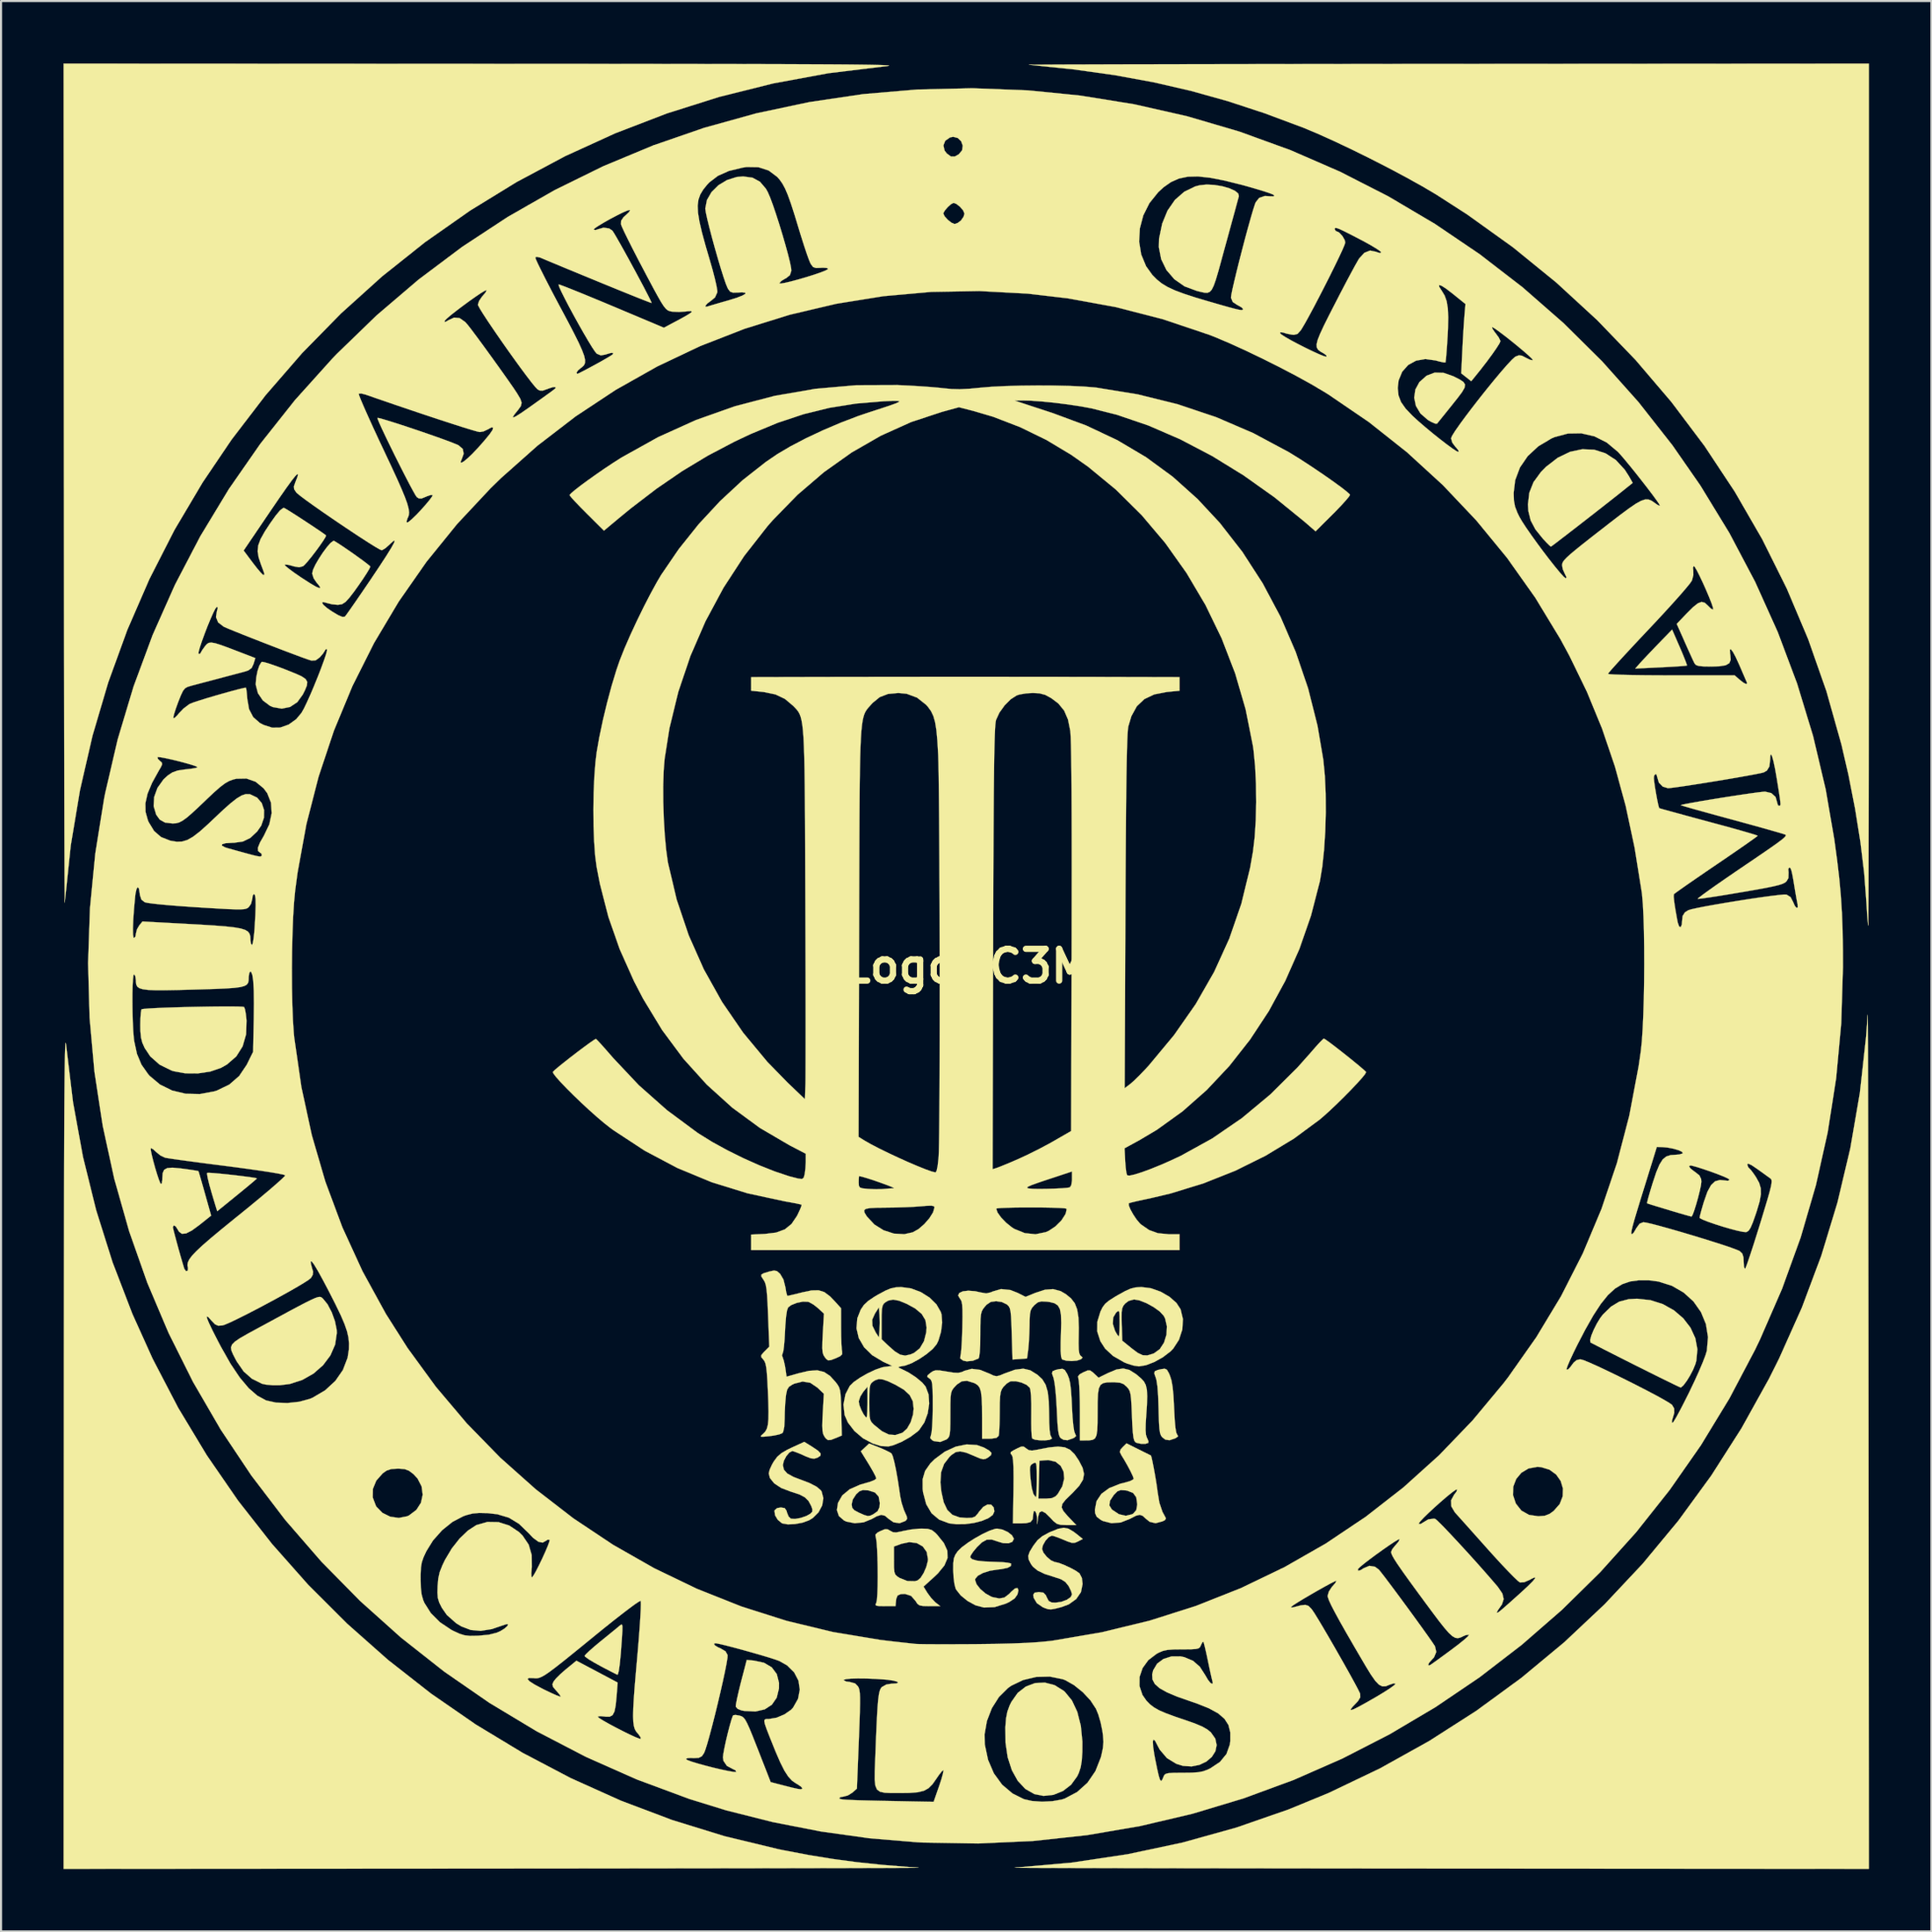
<source format=kicad_pcb>
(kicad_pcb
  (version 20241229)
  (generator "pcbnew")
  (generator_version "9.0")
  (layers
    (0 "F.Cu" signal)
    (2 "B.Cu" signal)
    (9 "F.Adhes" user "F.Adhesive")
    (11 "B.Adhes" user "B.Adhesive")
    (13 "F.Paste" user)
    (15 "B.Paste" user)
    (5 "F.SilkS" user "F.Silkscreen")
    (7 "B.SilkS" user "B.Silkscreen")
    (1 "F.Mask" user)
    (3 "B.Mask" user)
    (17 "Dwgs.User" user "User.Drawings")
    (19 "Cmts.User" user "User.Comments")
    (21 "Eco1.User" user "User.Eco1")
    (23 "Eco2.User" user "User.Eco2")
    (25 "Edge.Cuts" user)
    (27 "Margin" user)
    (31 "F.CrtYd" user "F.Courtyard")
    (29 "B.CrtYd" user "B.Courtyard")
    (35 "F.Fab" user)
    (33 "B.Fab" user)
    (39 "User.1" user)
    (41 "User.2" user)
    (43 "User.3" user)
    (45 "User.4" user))
  (footprint "LogoUC3M"
    (layer "F.Cu")
    (at 43.354 43.354)
    (property "Reference" "LogoUC3M" (at 0 0 0) (layer "F.SilkS") (effects (font (size 1.524 1.524) (thickness 0.3))))
    (attr through_hole)
    (fp_poly (pts (xy 34.272 -15.316) (xy 34.419 -14.97) (xy 34.533 -14.688) (xy 34.602 -14.5) (xy 34.615 -14.44) (xy 34.525 -14.427) (xy 34.296 -14.409) (xy 33.96 -14.387) (xy 33.546 -14.364) (xy 33.359 -14.355) (xy 32.131 -14.295) (xy 32.34 -14.535) (xy 32.485 -14.693) (xy 32.714 -14.937) (xy 32.993 -15.23) (xy 33.225 -15.471) (xy 33.901 -16.167) (xy 34.272 -15.316)) (stroke (width 0.01) (type solid)) (fill yes) (layer "F.SilkS"))
    (fp_poly (pts (xy -10.204 33.346) (xy -9.711 33.452) (xy -9.341 33.671) (xy -9.098 33.995) (xy -8.992 34.416) (xy -8.994 34.685) (xy -9.101 35.129) (xy -9.334 35.466) (xy -9.678 35.69) (xy -10.123 35.792) (xy -10.654 35.766) (xy -10.794 35.74) (xy -10.979 35.664) (xy -11.069 35.559) (xy -11.057 35.433) (xy -11.008 35.179) (xy -10.929 34.832) (xy -10.83 34.428) (xy -10.816 34.375) (xy -10.541 33.316) (xy -10.204 33.346)) (stroke (width 0.01) (type solid)) (fill yes) (layer "F.SilkS"))
    (fp_poly (pts (xy -36.141 9.936) (xy -35.826 9.964) (xy -35.454 10.002) (xy -35.065 10.045) (xy -34.693 10.09) (xy -34.378 10.131) (xy -34.155 10.166) (xy -34.064 10.189) (xy -34.12 10.245) (xy -34.286 10.387) (xy -34.538 10.598) (xy -34.855 10.858) (xy -35.01 10.985) (xy -35.971 11.766) (xy -36.057 11.492) (xy -36.223 10.943) (xy -36.349 10.496) (xy -36.429 10.167) (xy -36.461 9.971) (xy -36.454 9.925) (xy -36.362 9.922) (xy -36.141 9.936)) (stroke (width 0.01) (type solid)) (fill yes) (layer "F.SilkS"))
    (fp_poly (pts (xy -33.713 -14.601) (xy -33.478 -14.532) (xy -33.15 -14.42) (xy -32.763 -14.275) (xy -32.675 -14.241) (xy -32.223 -14.061) (xy -31.912 -13.919) (xy -31.726 -13.792) (xy -31.649 -13.656) (xy -31.664 -13.487) (xy -31.755 -13.262) (xy -31.861 -13.049) (xy -32.126 -12.682) (xy -32.472 -12.453) (xy -32.871 -12.371) (xy -33.295 -12.446) (xy -33.442 -12.51) (xy -33.78 -12.764) (xy -34.016 -13.112) (xy -34.119 -13.508) (xy -34.121 -13.571) (xy -34.097 -13.872) (xy -34.035 -14.178) (xy -33.95 -14.436) (xy -33.856 -14.594) (xy -33.823 -14.617) (xy -33.713 -14.601)) (stroke (width 0.01) (type solid)) (fill yes) (layer "F.SilkS"))
    (fp_poly (pts (xy 22.923 -28.498) (xy 23.399 -28.332) (xy 23.429 -28.317) (xy 23.702 -28.177) (xy 23.878 -28.06) (xy 23.956 -27.937) (xy 23.933 -27.783) (xy 23.81 -27.569) (xy 23.583 -27.269) (xy 23.362 -26.991) (xy 23.098 -26.662) (xy 22.871 -26.38) (xy 22.703 -26.171) (xy 22.615 -26.063) (xy 22.609 -26.056) (xy 22.514 -26.062) (xy 22.328 -26.145) (xy 22.172 -26.235) (xy 21.816 -26.544) (xy 21.596 -26.91) (xy 21.514 -27.304) (xy 21.57 -27.696) (xy 21.765 -28.056) (xy 22.1 -28.352) (xy 22.118 -28.364) (xy 22.5 -28.509) (xy 22.923 -28.498)) (stroke (width 0.01) (type solid)) (fill yes) (layer "F.SilkS"))
    (fp_poly (pts (xy -16.531 31.623) (xy -16.512 31.709) (xy -16.514 31.904) (xy -16.534 32.233) (xy -16.544 32.385) (xy -16.593 33.045) (xy -16.642 33.535) (xy -16.688 33.857) (xy -16.733 34.011) (xy -16.754 34.025) (xy -16.846 33.983) (xy -17.054 33.878) (xy -17.342 33.728) (xy -17.568 33.608) (xy -17.887 33.432) (xy -18.14 33.278) (xy -18.296 33.166) (xy -18.33 33.124) (xy -18.268 33.043) (xy -18.099 32.881) (xy -17.85 32.662) (xy -17.568 32.428) (xy -17.249 32.169) (xy -16.965 31.937) (xy -16.75 31.761) (xy -16.646 31.674) (xy -16.574 31.62) (xy -16.531 31.623)) (stroke (width 0.01) (type solid)) (fill yes) (layer "F.SilkS"))
    (fp_poly (pts (xy 4.247 34.528) (xy 4.689 34.804) (xy 4.736 34.846) (xy 5.077 35.262) (xy 5.334 35.811) (xy 5.503 36.475) (xy 5.578 37.236) (xy 5.576 37.732) (xy 5.548 38.157) (xy 5.496 38.473) (xy 5.409 38.739) (xy 5.329 38.906) (xy 5.036 39.31) (xy 4.644 39.612) (xy 4.189 39.795) (xy 3.71 39.846) (xy 3.271 39.758) (xy 2.837 39.51) (xy 2.474 39.121) (xy 2.19 38.609) (xy 1.991 37.991) (xy 1.886 37.282) (xy 1.879 36.539) (xy 1.913 36.118) (xy 1.977 35.796) (xy 2.085 35.502) (xy 2.167 35.333) (xy 2.473 34.898) (xy 2.861 34.595) (xy 3.305 34.428) (xy 3.776 34.404) (xy 4.247 34.528)) (stroke (width 0.01) (type solid)) (fill yes) (layer "F.SilkS"))
    (fp_poly (pts (xy 30.161 -24.806) (xy 30.705 -24.631) (xy 31.2 -24.31) (xy 31.629 -23.843) (xy 31.824 -23.538) (xy 32.007 -23.213) (xy 31.646 -22.922) (xy 31.373 -22.704) (xy 31.028 -22.432) (xy 30.631 -22.12) (xy 30.204 -21.786) (xy 29.766 -21.445) (xy 29.339 -21.113) (xy 28.942 -20.806) (xy 28.598 -20.541) (xy 28.325 -20.332) (xy 28.145 -20.197) (xy 28.078 -20.151) (xy 28.009 -20.208) (xy 27.86 -20.356) (xy 27.703 -20.523) (xy 27.337 -20.977) (xy 27.108 -21.409) (xy 26.996 -21.863) (xy 26.978 -22.183) (xy 27.043 -22.741) (xy 27.245 -23.249) (xy 27.598 -23.733) (xy 27.85 -23.989) (xy 28.414 -24.424) (xy 28.999 -24.704) (xy 29.587 -24.83) (xy 30.161 -24.806)) (stroke (width 0.01) (type solid)) (fill yes) (layer "F.SilkS"))
    (fp_poly (pts (xy 4.732 19.392) (xy 4.84 19.565) (xy 4.867 19.619) (xy 4.938 19.799) (xy 4.992 20.036) (xy 5.031 20.36) (xy 5.062 20.803) (xy 5.077 21.135) (xy 5.106 21.661) (xy 5.144 22.069) (xy 5.188 22.342) (xy 5.23 22.455) (xy 5.277 22.558) (xy 5.192 22.641) (xy 5.118 22.677) (xy 4.863 22.765) (xy 4.671 22.743) (xy 4.546 22.669) (xy 4.489 22.601) (xy 4.445 22.475) (xy 4.411 22.267) (xy 4.383 21.95) (xy 4.359 21.499) (xy 4.35 21.294) (xy 4.322 20.801) (xy 4.285 20.362) (xy 4.242 20.011) (xy 4.197 19.785) (xy 4.185 19.75) (xy 4.119 19.559) (xy 4.144 19.454) (xy 4.288 19.391) (xy 4.449 19.353) (xy 4.621 19.334) (xy 4.732 19.392)) (stroke (width 0.01) (type solid)) (fill yes) (layer "F.SilkS"))
    (fp_poly (pts (xy 9.636 19.377) (xy 9.727 19.53) (xy 9.783 19.66) (xy 9.856 19.888) (xy 9.911 20.199) (xy 9.952 20.621) (xy 9.982 21.182) (xy 9.984 21.233) (xy 10.012 21.777) (xy 10.046 22.163) (xy 10.088 22.403) (xy 10.138 22.508) (xy 10.141 22.51) (xy 10.177 22.579) (xy 10.058 22.663) (xy 10.031 22.676) (xy 9.762 22.765) (xy 9.561 22.735) (xy 9.414 22.622) (xy 9.353 22.539) (xy 9.308 22.414) (xy 9.278 22.219) (xy 9.258 21.925) (xy 9.244 21.503) (xy 9.238 21.249) (xy 9.218 20.643) (xy 9.182 20.175) (xy 9.132 19.857) (xy 9.1 19.753) (xy 9.032 19.561) (xy 9.053 19.455) (xy 9.194 19.392) (xy 9.366 19.352) (xy 9.532 19.329) (xy 9.636 19.377)) (stroke (width 0.01) (type solid)) (fill yes) (layer "F.SilkS"))
    (fp_poly (pts (xy 11.919 -37.521) (xy 12.291 -37.46) (xy 12.629 -37.364) (xy 12.898 -37.245) (xy 13.063 -37.111) (xy 13.095 -36.986) (xy 13.062 -36.864) (xy 12.991 -36.603) (xy 12.888 -36.223) (xy 12.758 -35.749) (xy 12.609 -35.204) (xy 12.446 -34.609) (xy 12.439 -34.585) (xy 12.254 -33.907) (xy 12.108 -33.375) (xy 11.989 -32.974) (xy 11.887 -32.686) (xy 11.792 -32.495) (xy 11.694 -32.386) (xy 11.582 -32.341) (xy 11.447 -32.346) (xy 11.276 -32.383) (xy 11.069 -32.435) (xy 10.486 -32.651) (xy 9.997 -32.992) (xy 9.617 -33.434) (xy 9.363 -33.955) (xy 9.251 -34.535) (xy 9.262 -34.945) (xy 9.411 -35.667) (xy 9.669 -36.292) (xy 10.026 -36.807) (xy 10.473 -37.197) (xy 10.997 -37.45) (xy 11.211 -37.506) (xy 11.548 -37.54) (xy 11.919 -37.521)) (stroke (width 0.01) (type solid)) (fill yes) (layer "F.SilkS"))
    (fp_poly (pts (xy -34.985 1.935) (xy -34.759 1.945) (xy -34.681 1.958) (xy -34.638 2.068) (xy -34.597 2.298) (xy -34.566 2.599) (xy -34.565 2.607) (xy -34.586 3.271) (xy -34.75 3.846) (xy -35.054 4.328) (xy -35.498 4.715) (xy -35.788 4.88) (xy -36.304 5.059) (xy -36.9 5.148) (xy -37.509 5.144) (xy -38.065 5.042) (xy -38.167 5.009) (xy -38.739 4.727) (xy -39.185 4.333) (xy -39.454 3.93) (xy -39.568 3.675) (xy -39.633 3.422) (xy -39.662 3.109) (xy -39.666 2.824) (xy -39.659 2.495) (xy -39.64 2.234) (xy -39.614 2.085) (xy -39.605 2.069) (xy -39.505 2.05) (xy -39.263 2.03) (xy -38.903 2.01) (xy -38.454 1.991) (xy -37.94 1.974) (xy -37.388 1.959) (xy -36.825 1.947) (xy -36.277 1.937) (xy -35.77 1.932) (xy -35.331 1.931) (xy -34.985 1.935)) (stroke (width 0.01) (type solid)) (fill yes) (layer "F.SilkS"))
    (fp_poly (pts (xy 32.865 16.038) (xy 33.462 16.231) (xy 33.992 16.528) (xy 34.438 16.911) (xy 34.785 17.362) (xy 35.015 17.864) (xy 35.114 18.397) (xy 35.064 18.944) (xy 35.015 19.117) (xy 34.906 19.383) (xy 34.757 19.667) (xy 34.594 19.93) (xy 34.443 20.131) (xy 34.33 20.227) (xy 34.311 20.231) (xy 34.221 20.193) (xy 34.001 20.089) (xy 33.669 19.927) (xy 33.246 19.719) (xy 32.751 19.473) (xy 32.204 19.2) (xy 32.131 19.163) (xy 31.58 18.886) (xy 31.08 18.633) (xy 30.651 18.415) (xy 30.311 18.241) (xy 30.081 18.122) (xy 29.981 18.068) (xy 29.978 18.066) (xy 29.965 17.95) (xy 30.024 17.732) (xy 30.138 17.456) (xy 30.286 17.162) (xy 30.451 16.892) (xy 30.576 16.729) (xy 30.968 16.347) (xy 31.366 16.108) (xy 31.817 15.99) (xy 32.216 15.968) (xy 32.865 16.038)) (stroke (width 0.01) (type solid)) (fill yes) (layer "F.SilkS"))
    (fp_poly (pts (xy -30.989 15.892) (xy -30.94 15.923) (xy -30.891 15.968) (xy -30.889 15.97) (xy -30.671 16.24) (xy -30.473 16.619) (xy -30.319 17.045) (xy -30.235 17.457) (xy -30.227 17.611) (xy -30.309 18.169) (xy -30.537 18.693) (xy -30.892 19.165) (xy -31.349 19.564) (xy -31.889 19.87) (xy -32.489 20.064) (xy -32.978 20.124) (xy -33.319 20.122) (xy -33.628 20.094) (xy -33.824 20.052) (xy -34.308 19.809) (xy -34.699 19.465) (xy -35.029 18.989) (xy -35.089 18.88) (xy -35.211 18.644) (xy -35.29 18.459) (xy -35.311 18.308) (xy -35.261 18.171) (xy -35.123 18.03) (xy -34.886 17.867) (xy -34.533 17.664) (xy -34.052 17.402) (xy -33.867 17.302) (xy -33.15 16.914) (xy -32.568 16.599) (xy -32.105 16.351) (xy -31.746 16.164) (xy -31.476 16.03) (xy -31.281 15.942) (xy -31.144 15.894) (xy -31.052 15.88) (xy -30.989 15.892)) (stroke (width 0.01) (type solid)) (fill yes) (layer "F.SilkS"))
    (fp_poly (pts (xy 0.511 22.995) (xy 0.844 23.113) (xy 1.104 23.261) (xy 1.215 23.377) (xy 1.187 23.483) (xy 1.059 23.587) (xy 0.932 23.659) (xy 0.814 23.678) (xy 0.654 23.636) (xy 0.4 23.529) (xy 0.348 23.506) (xy -0.022 23.356) (xy -0.292 23.299) (xy -0.505 23.336) (xy -0.706 23.47) (xy -0.805 23.564) (xy -1.064 23.903) (xy -1.207 24.302) (xy -1.239 24.789) (xy -1.195 25.231) (xy -1.082 25.744) (xy -0.91 26.11) (xy -0.665 26.347) (xy -0.328 26.47) (xy 0.02 26.499) (xy 0.276 26.488) (xy 0.433 26.426) (xy 0.561 26.281) (xy 0.613 26.203) (xy 0.816 25.966) (xy 1.022 25.852) (xy 1.201 25.86) (xy 1.32 25.993) (xy 1.353 26.18) (xy 1.276 26.352) (xy 1.063 26.509) (xy 0.747 26.64) (xy 0.361 26.738) (xy -0.061 26.794) (xy -0.485 26.798) (xy -0.828 26.754) (xy -1.3 26.578) (xy -1.665 26.271) (xy -1.923 25.833) (xy -2.072 25.267) (xy -2.092 25.109) (xy -2.093 24.636) (xy -1.977 24.241) (xy -1.724 23.879) (xy -1.514 23.672) (xy -1.022 23.31) (xy -0.501 23.072) (xy 0.02 22.965) (xy 0.511 22.995)) (stroke (width 0.01) (type solid)) (fill yes) (layer "F.SilkS"))
    (fp_poly (pts (xy 43.296 2.373) (xy 43.298 2.581) (xy 43.301 2.944) (xy 43.303 3.454) (xy 43.306 4.106) (xy 43.308 4.893) (xy 43.311 5.806) (xy 43.313 6.839) (xy 43.316 7.985) (xy 43.318 9.237) (xy 43.32 10.587) (xy 43.323 12.03) (xy 43.325 13.557) (xy 43.327 15.162) (xy 43.329 16.838) (xy 43.331 18.577) (xy 43.332 20.373) (xy 43.334 22.218) (xy 43.334 22.627) (xy 43.349 43.349) (xy 22.627 43.334) (xy 20.772 43.333) (xy 18.965 43.331) (xy 17.213 43.329) (xy 15.523 43.327) (xy 13.902 43.325) (xy 12.357 43.323) (xy 10.895 43.321) (xy 9.524 43.319) (xy 8.249 43.316) (xy 7.08 43.314) (xy 6.021 43.311) (xy 5.081 43.309) (xy 4.267 43.306) (xy 3.585 43.304) (xy 3.043 43.301) (xy 2.647 43.299) (xy 2.405 43.296) (xy 2.324 43.294) (xy 2.328 43.294) (xy 5.065 43.05) (xy 7.753 42.647) (xy 10.388 42.087) (xy 12.964 41.37) (xy 15.476 40.499) (xy 17.412 39.702) (xy 19.868 38.526) (xy 22.231 37.211) (xy 24.497 35.76) (xy 26.66 34.178) (xy 28.717 32.47) (xy 30.662 30.64) (xy 32.49 28.692) (xy 34.198 26.632) (xy 35.78 24.464) (xy 37.232 22.191) (xy 38.549 19.819) (xy 39.04 18.838) (xy 40.133 16.394) (xy 41.067 13.899) (xy 41.841 11.352) (xy 42.458 8.749) (xy 42.917 6.085) (xy 43.22 3.358) (xy 43.293 2.328) (xy 43.296 2.373)) (stroke (width 0.01) (type solid)) (fill yes) (layer "F.SilkS"))
    (fp_poly (pts (xy 7.838 19.39) (xy 8.157 19.591) (xy 8.402 19.8) (xy 8.535 19.944) (xy 8.624 20.114) (xy 8.675 20.34) (xy 8.691 20.651) (xy 8.678 21.077) (xy 8.649 21.505) (xy 8.62 21.965) (xy 8.614 22.288) (xy 8.632 22.503) (xy 8.675 22.64) (xy 8.687 22.66) (xy 8.752 22.815) (xy 8.744 22.893) (xy 8.608 22.937) (xy 8.396 22.936) (xy 8.191 22.892) (xy 8.128 22.862) (xy 8.074 22.791) (xy 8.032 22.642) (xy 8.001 22.39) (xy 7.976 22.011) (xy 7.959 21.6) (xy 7.94 21.126) (xy 7.919 20.791) (xy 7.892 20.561) (xy 7.852 20.407) (xy 7.793 20.297) (xy 7.711 20.2) (xy 7.561 20.07) (xy 7.387 20.004) (xy 7.126 19.982) (xy 7.023 19.981) (xy 6.764 19.988) (xy 6.576 20.023) (xy 6.449 20.111) (xy 6.369 20.274) (xy 6.327 20.537) (xy 6.311 20.923) (xy 6.308 21.437) (xy 6.305 21.939) (xy 6.291 22.296) (xy 6.254 22.533) (xy 6.185 22.675) (xy 6.074 22.746) (xy 5.911 22.771) (xy 5.757 22.774) (xy 5.461 22.775) (xy 5.461 21.399) (xy 5.457 20.92) (xy 5.445 20.489) (xy 5.428 20.14) (xy 5.407 19.906) (xy 5.392 19.834) (xy 5.37 19.699) (xy 5.446 19.6) (xy 5.624 19.501) (xy 5.825 19.415) (xy 5.951 19.413) (xy 6.079 19.503) (xy 6.14 19.559) (xy 6.354 19.761) (xy 6.82 19.532) (xy 7.214 19.369) (xy 7.539 19.319) (xy 7.838 19.39)) (stroke (width 0.01) (type solid)) (fill yes) (layer "F.SilkS"))
    (fp_poly (pts (xy -23.008 -43.339) (xy -20.807 -43.338) (xy -18.769 -43.337) (xy -16.889 -43.336) (xy -15.162 -43.334) (xy -13.582 -43.332) (xy -12.144 -43.33) (xy -10.841 -43.328) (xy -9.668 -43.325) (xy -8.62 -43.322) (xy -7.69 -43.318) (xy -6.875 -43.314) (xy -6.167 -43.31) (xy -5.561 -43.305) (xy -5.051 -43.299) (xy -4.633 -43.293) (xy -4.3 -43.286) (xy -4.048 -43.279) (xy -3.869 -43.271) (xy -3.759 -43.262) (xy -3.712 -43.252) (xy -3.722 -43.242) (xy -3.784 -43.231) (xy -3.893 -43.218) (xy -3.937 -43.214) (xy -6.623 -42.887) (xy -9.264 -42.399) (xy -11.854 -41.753) (xy -14.387 -40.953) (xy -16.857 -40.003) (xy -19.259 -38.906) (xy -21.586 -37.666) (xy -23.832 -36.287) (xy -25.991 -34.772) (xy -28.059 -33.125) (xy -30.027 -31.35) (xy -31.891 -29.449) (xy -33.645 -27.428) (xy -35.283 -25.289) (xy -36.668 -23.241) (xy -38.021 -20.959) (xy -39.229 -18.592) (xy -40.29 -16.15) (xy -41.202 -13.642) (xy -41.96 -11.075) (xy -42.562 -8.46) (xy -43.005 -5.804) (xy -43.287 -3.116) (xy -43.292 -3.048) (xy -43.295 -3.097) (xy -43.297 -3.307) (xy -43.3 -3.673) (xy -43.303 -4.187) (xy -43.305 -4.842) (xy -43.308 -5.63) (xy -43.311 -6.545) (xy -43.313 -7.579) (xy -43.316 -8.726) (xy -43.318 -9.978) (xy -43.321 -11.327) (xy -43.323 -12.768) (xy -43.325 -14.292) (xy -43.328 -15.894) (xy -43.33 -17.564) (xy -43.331 -19.297) (xy -43.333 -21.085) (xy -43.334 -22.921) (xy -43.335 -23.008) (xy -43.349 -43.349) (xy -23.008 -43.339)) (stroke (width 0.01) (type solid)) (fill yes) (layer "F.SilkS"))
    (fp_poly (pts (xy -4.173 23.115) (xy -3.898 23.233) (xy -3.682 23.34) (xy -3.587 23.402) (xy -3.529 23.529) (xy -3.457 23.798) (xy -3.375 24.183) (xy -3.29 24.658) (xy -3.207 25.197) (xy -3.173 25.442) (xy -3.102 25.777) (xy -2.994 26.109) (xy -2.953 26.204) (xy -2.857 26.417) (xy -2.837 26.536) (xy -2.891 26.614) (xy -2.935 26.648) (xy -3.203 26.749) (xy -3.491 26.705) (xy -3.725 26.543) (xy -3.905 26.39) (xy -4.081 26.348) (xy -4.302 26.417) (xy -4.53 26.545) (xy -4.925 26.707) (xy -5.356 26.75) (xy -5.758 26.67) (xy -5.867 26.62) (xy -6.115 26.406) (xy -6.212 26.119) (xy -6.168 25.84) (xy -5.503 25.84) (xy -5.478 26.007) (xy -5.374 26.126) (xy -5.149 26.246) (xy -5.144 26.249) (xy -4.89 26.359) (xy -4.731 26.403) (xy -4.608 26.388) (xy -4.461 26.319) (xy -4.256 26.174) (xy -4.166 25.982) (xy -4.15 25.776) (xy -4.205 25.472) (xy -4.381 25.276) (xy -4.692 25.176) (xy -4.718 25.172) (xy -4.963 25.158) (xy -5.129 25.216) (xy -5.286 25.36) (xy -5.45 25.613) (xy -5.503 25.84) (xy -6.168 25.84) (xy -6.157 25.768) (xy -5.949 25.41) (xy -5.593 25.117) (xy -5.099 24.899) (xy -4.889 24.839) (xy -4.605 24.756) (xy -4.401 24.672) (xy -4.318 24.603) (xy -4.318 24.601) (xy -4.36 24.488) (xy -4.472 24.272) (xy -4.632 23.995) (xy -4.69 23.9) (xy -5.062 23.296) (xy -4.863 23.109) (xy -4.664 22.922) (xy -4.173 23.115)) (stroke (width 0.01) (type solid)) (fill yes) (layer "F.SilkS"))
    (fp_poly (pts (xy -7.389 23.084) (xy -7.117 23.268) (xy -6.99 23.403) (xy -7 23.507) (xy -7.139 23.6) (xy -7.15 23.605) (xy -7.301 23.649) (xy -7.471 23.629) (xy -7.715 23.536) (xy -7.808 23.493) (xy -8.068 23.38) (xy -8.272 23.304) (xy -8.355 23.284) (xy -8.495 23.355) (xy -8.642 23.53) (xy -8.759 23.752) (xy -8.805 23.959) (xy -8.756 24.179) (xy -8.595 24.362) (xy -8.301 24.525) (xy -8.03 24.628) (xy -7.532 24.818) (xy -7.188 24.995) (xy -6.986 25.165) (xy -6.945 25.226) (xy -6.862 25.547) (xy -6.917 25.894) (xy -7.093 26.226) (xy -7.371 26.502) (xy -7.549 26.61) (xy -7.868 26.724) (xy -8.23 26.791) (xy -8.572 26.805) (xy -8.831 26.758) (xy -8.859 26.745) (xy -9.051 26.586) (xy -9.181 26.37) (xy -9.21 26.163) (xy -9.2 26.125) (xy -9.08 26.023) (xy -8.903 25.993) (xy -8.717 26.024) (xy -8.629 26.152) (xy -8.609 26.236) (xy -8.529 26.43) (xy -8.42 26.533) (xy -8.225 26.546) (xy -7.953 26.497) (xy -7.677 26.402) (xy -7.497 26.302) (xy -7.394 26.201) (xy -7.389 26.076) (xy -7.443 25.925) (xy -7.572 25.684) (xy -7.749 25.507) (xy -8.014 25.367) (xy -8.406 25.238) (xy -8.434 25.23) (xy -8.884 25.058) (xy -9.222 24.836) (xy -9.427 24.58) (xy -9.483 24.357) (xy -9.438 24.175) (xy -9.325 23.927) (xy -9.243 23.785) (xy -9.077 23.561) (xy -8.878 23.387) (xy -8.595 23.222) (xy -8.391 23.124) (xy -7.779 22.842) (xy -7.389 23.084)) (stroke (width 0.01) (type solid)) (fill yes) (layer "F.SilkS"))
    (fp_poly (pts (xy 1.74 27.055) (xy 1.994 27.172) (xy 2.194 27.327) (xy 2.285 27.487) (xy 2.286 27.506) (xy 2.214 27.644) (xy 2.028 27.713) (xy 1.77 27.705) (xy 1.535 27.636) (xy 1.225 27.535) (xy 0.981 27.543) (xy 0.751 27.671) (xy 0.513 27.902) (xy 0.332 28.12) (xy 0.216 28.299) (xy 0.192 28.389) (xy 0.289 28.481) (xy 0.519 28.547) (xy 0.892 28.588) (xy 1.413 28.607) (xy 1.739 28.621) (xy 1.996 28.647) (xy 2.139 28.681) (xy 2.153 28.692) (xy 2.145 28.804) (xy 1.982 28.894) (xy 1.678 28.957) (xy 1.524 28.973) (xy 1.136 29.033) (xy 0.801 29.14) (xy 0.555 29.275) (xy 0.431 29.425) (xy 0.423 29.471) (xy 0.494 29.677) (xy 0.675 29.909) (xy 0.925 30.123) (xy 1.198 30.276) (xy 1.27 30.301) (xy 1.589 30.365) (xy 1.832 30.32) (xy 2.061 30.146) (xy 2.155 30.046) (xy 2.341 29.884) (xy 2.466 29.864) (xy 2.507 29.977) (xy 2.459 30.174) (xy 2.329 30.359) (xy 2.071 30.531) (xy 1.903 30.611) (xy 1.361 30.78) (xy 0.849 30.799) (xy 0.444 30.692) (xy 0.058 30.48) (xy -0.265 30.217) (xy -0.48 29.943) (xy -0.512 29.878) (xy -0.567 29.664) (xy -0.608 29.348) (xy -0.626 29.007) (xy -0.623 28.668) (xy -0.594 28.439) (xy -0.523 28.264) (xy -0.413 28.101) (xy -0.22 27.911) (xy 0.073 27.692) (xy 0.423 27.468) (xy 0.789 27.265) (xy 1.127 27.107) (xy 1.395 27.019) (xy 1.482 27.009) (xy 1.74 27.055)) (stroke (width 0.01) (type solid)) (fill yes) (layer "F.SilkS"))
    (fp_poly (pts (xy -43.237 3.715) (xy -43.225 3.804) (xy -43.221 3.852) (xy -42.897 6.535) (xy -42.42 9.149) (xy -41.789 11.706) (xy -40.999 14.216) (xy -40.048 16.692) (xy -39.078 18.842) (xy -37.844 21.212) (xy -36.471 23.489) (xy -34.968 25.669) (xy -33.34 27.746) (xy -31.594 29.716) (xy -29.735 31.572) (xy -27.771 33.312) (xy -25.707 34.929) (xy -23.551 36.419) (xy -21.307 37.776) (xy -18.983 38.997) (xy -16.586 40.075) (xy -14.12 41.006) (xy -11.593 41.785) (xy -9.011 42.407) (xy -8.763 42.458) (xy -7.564 42.686) (xy -6.41 42.874) (xy -5.253 43.029) (xy -4.041 43.157) (xy -2.727 43.264) (xy -2.286 43.294) (xy -2.335 43.297) (xy -2.546 43.299) (xy -2.913 43.302) (xy -3.427 43.304) (xy -4.083 43.307) (xy -4.872 43.309) (xy -5.789 43.312) (xy -6.825 43.314) (xy -7.974 43.316) (xy -9.229 43.319) (xy -10.583 43.321) (xy -12.028 43.323) (xy -13.558 43.325) (xy -15.165 43.327) (xy -16.842 43.329) (xy -18.583 43.331) (xy -20.38 43.333) (xy -22.226 43.334) (xy -22.627 43.335) (xy -43.349 43.349) (xy -43.339 23.008) (xy -43.338 20.794) (xy -43.337 18.743) (xy -43.335 16.851) (xy -43.333 15.112) (xy -43.331 13.521) (xy -43.329 12.072) (xy -43.326 10.76) (xy -43.324 9.579) (xy -43.32 8.524) (xy -43.316 7.589) (xy -43.312 6.77) (xy -43.307 6.06) (xy -43.302 5.455) (xy -43.296 4.948) (xy -43.29 4.535) (xy -43.283 4.21) (xy -43.275 3.968) (xy -43.267 3.802) (xy -43.258 3.709) (xy -43.248 3.682) (xy -43.237 3.715)) (stroke (width 0.01) (type solid)) (fill yes) (layer "F.SilkS"))
    (fp_poly (pts (xy 8.272 23.201) (xy 8.55 23.339) (xy 8.761 23.444) (xy 8.866 23.497) (xy 8.871 23.5) (xy 8.899 23.586) (xy 8.946 23.797) (xy 9.004 24.092) (xy 9.065 24.429) (xy 9.122 24.765) (xy 9.166 25.058) (xy 9.188 25.231) (xy 9.277 25.767) (xy 9.424 26.204) (xy 9.517 26.373) (xy 9.592 26.517) (xy 9.544 26.601) (xy 9.431 26.659) (xy 9.093 26.749) (xy 8.808 26.681) (xy 8.636 26.543) (xy 8.478 26.397) (xy 8.334 26.346) (xy 8.154 26.389) (xy 7.887 26.527) (xy 7.861 26.542) (xy 7.422 26.714) (xy 6.974 26.748) (xy 6.562 26.643) (xy 6.456 26.586) (xy 6.267 26.441) (xy 6.191 26.269) (xy 6.181 26.1) (xy 6.22 25.895) (xy 6.874 25.895) (xy 6.993 26.088) (xy 7.008 26.102) (xy 7.335 26.318) (xy 7.665 26.393) (xy 7.965 26.321) (xy 8.024 26.284) (xy 8.167 26.119) (xy 8.212 25.862) (xy 8.213 25.835) (xy 8.166 25.504) (xy 8.012 25.295) (xy 7.732 25.186) (xy 7.653 25.174) (xy 7.418 25.159) (xy 7.26 25.219) (xy 7.095 25.386) (xy 7.085 25.397) (xy 6.904 25.671) (xy 6.874 25.895) (xy 6.22 25.895) (xy 6.26 25.687) (xy 6.492 25.339) (xy 6.872 25.06) (xy 7.394 24.855) (xy 7.617 24.8) (xy 7.858 24.731) (xy 8.012 24.653) (xy 8.042 24.61) (xy 8 24.485) (xy 7.893 24.259) (xy 7.742 23.975) (xy 7.57 23.674) (xy 7.447 23.475) (xy 7.376 23.327) (xy 7.413 23.209) (xy 7.511 23.1) (xy 7.697 22.915) (xy 8.272 23.201)) (stroke (width 0.01) (type solid)) (fill yes) (layer "F.SilkS"))
    (fp_poly (pts (xy 4.91 27.013) (xy 5.156 27.158) (xy 5.283 27.255) (xy 5.598 27.506) (xy 5.367 27.627) (xy 5.219 27.689) (xy 5.078 27.694) (xy 4.885 27.634) (xy 4.682 27.548) (xy 4.416 27.439) (xy 4.201 27.366) (xy 4.11 27.347) (xy 3.962 27.418) (xy 3.806 27.59) (xy 3.684 27.805) (xy 3.641 27.986) (xy 3.707 28.163) (xy 3.868 28.363) (xy 4.069 28.532) (xy 4.255 28.616) (xy 4.28 28.617) (xy 4.451 28.657) (xy 4.71 28.757) (xy 4.998 28.89) (xy 5.257 29.03) (xy 5.431 29.15) (xy 5.442 29.161) (xy 5.554 29.379) (xy 5.588 29.668) (xy 5.509 30.06) (xy 5.282 30.392) (xy 4.924 30.648) (xy 4.572 30.779) (xy 4.271 30.855) (xy 4.076 30.888) (xy 3.929 30.878) (xy 3.773 30.825) (xy 3.668 30.78) (xy 3.393 30.59) (xy 3.239 30.333) (xy 3.217 30.189) (xy 3.279 30.09) (xy 3.478 30.057) (xy 3.495 30.057) (xy 3.705 30.086) (xy 3.823 30.206) (xy 3.869 30.311) (xy 3.96 30.484) (xy 4.1 30.554) (xy 4.273 30.565) (xy 4.564 30.527) (xy 4.828 30.431) (xy 5.016 30.3) (xy 5.08 30.17) (xy 5.037 30.012) (xy 4.933 29.797) (xy 4.907 29.754) (xy 4.76 29.571) (xy 4.559 29.444) (xy 4.251 29.341) (xy 3.77 29.187) (xy 3.43 29.025) (xy 3.201 28.837) (xy 3.106 28.705) (xy 3.001 28.498) (xy 2.979 28.322) (xy 3.045 28.125) (xy 3.207 27.855) (xy 3.232 27.817) (xy 3.427 27.563) (xy 3.65 27.376) (xy 3.962 27.206) (xy 4.055 27.163) (xy 4.413 27.019) (xy 4.68 26.968) (xy 4.91 27.013)) (stroke (width 0.01) (type solid)) (fill yes) (layer "F.SilkS"))
    (fp_poly (pts (xy 43.349 -22.648) (xy 43.349 -20.788) (xy 43.349 -18.973) (xy 43.348 -17.21) (xy 43.348 -15.507) (xy 43.347 -13.869) (xy 43.345 -12.306) (xy 43.344 -10.824) (xy 43.343 -9.431) (xy 43.341 -8.133) (xy 43.339 -6.938) (xy 43.337 -5.853) (xy 43.335 -4.885) (xy 43.333 -4.042) (xy 43.331 -3.331) (xy 43.328 -2.759) (xy 43.326 -2.333) (xy 43.323 -2.061) (xy 43.32 -1.95) (xy 43.32 -1.947) (xy 43.305 -2.027) (xy 43.285 -2.244) (xy 43.262 -2.567) (xy 43.239 -2.966) (xy 43.235 -3.047) (xy 43.127 -4.456) (xy 42.943 -5.975) (xy 42.688 -7.566) (xy 42.37 -9.189) (xy 42.034 -10.644) (xy 41.314 -13.202) (xy 40.437 -15.702) (xy 39.409 -18.136) (xy 38.233 -20.499) (xy 36.914 -22.784) (xy 35.457 -24.986) (xy 33.867 -27.098) (xy 32.147 -29.115) (xy 30.302 -31.029) (xy 28.337 -32.836) (xy 26.257 -34.528) (xy 24.065 -36.1) (xy 22.576 -37.059) (xy 21.918 -37.448) (xy 21.145 -37.878) (xy 20.294 -38.331) (xy 19.403 -38.787) (xy 18.508 -39.229) (xy 17.646 -39.637) (xy 16.854 -39.993) (xy 16.171 -40.278) (xy 14.342 -40.961) (xy 12.556 -41.547) (xy 10.78 -42.043) (xy 8.978 -42.457) (xy 7.119 -42.797) (xy 5.167 -43.07) (xy 3.088 -43.285) (xy 3.006 -43.292) (xy 3.058 -43.294) (xy 3.273 -43.297) (xy 3.643 -43.3) (xy 4.16 -43.303) (xy 4.818 -43.306) (xy 5.61 -43.308) (xy 6.529 -43.311) (xy 7.566 -43.314) (xy 8.716 -43.316) (xy 9.971 -43.319) (xy 11.323 -43.321) (xy 12.766 -43.324) (xy 14.293 -43.326) (xy 15.896 -43.328) (xy 17.568 -43.33) (xy 19.303 -43.332) (xy 21.092 -43.334) (xy 22.929 -43.335) (xy 23.008 -43.335) (xy 43.349 -43.349) (xy 43.349 -22.648)) (stroke (width 0.01) (type solid)) (fill yes) (layer "F.SilkS"))
    (fp_poly (pts (xy 8.88 15.469) (xy 9.339 15.632) (xy 9.759 15.874) (xy 10.094 16.168) (xy 10.296 16.476) (xy 10.407 16.948) (xy 10.377 17.45) (xy 10.219 17.937) (xy 9.942 18.364) (xy 9.805 18.504) (xy 9.442 18.78) (xy 9.032 19.008) (xy 8.631 19.162) (xy 8.297 19.218) (xy 8.047 19.181) (xy 7.739 19.087) (xy 7.578 19.02) (xy 7.052 18.718) (xy 6.67 18.364) (xy 6.441 18.005) (xy 6.291 17.542) (xy 6.295 17.178) (xy 7.041 17.178) (xy 7.15 17.518) (xy 7.157 17.53) (xy 7.255 17.7) (xy 7.322 17.779) (xy 7.326 17.78) (xy 7.345 17.702) (xy 7.359 17.496) (xy 7.366 17.202) (xy 7.366 17.132) (xy 7.365 16.905) (xy 7.461 16.905) (xy 7.468 17.192) (xy 7.493 17.982) (xy 7.941 18.347) (xy 8.239 18.57) (xy 8.473 18.681) (xy 8.696 18.691) (xy 8.959 18.613) (xy 9.022 18.588) (xy 9.297 18.388) (xy 9.499 18.076) (xy 9.617 17.697) (xy 9.639 17.297) (xy 9.553 16.921) (xy 9.485 16.788) (xy 9.296 16.583) (xy 9 16.37) (xy 8.655 16.181) (xy 8.317 16.048) (xy 8.061 16.002) (xy 7.8 16.074) (xy 7.631 16.202) (xy 7.543 16.311) (xy 7.49 16.438) (xy 7.465 16.622) (xy 7.461 16.905) (xy 7.365 16.905) (xy 7.364 16.807) (xy 7.353 16.624) (xy 7.323 16.557) (xy 7.265 16.578) (xy 7.197 16.637) (xy 7.058 16.87) (xy 7.041 17.178) (xy 6.295 17.178) (xy 6.296 17.073) (xy 6.444 16.591) (xy 6.549 16.378) (xy 6.672 16.213) (xy 6.853 16.061) (xy 7.13 15.884) (xy 7.287 15.792) (xy 7.634 15.6) (xy 7.895 15.485) (xy 8.122 15.427) (xy 8.371 15.41) (xy 8.424 15.409) (xy 8.88 15.469)) (stroke (width 0.01) (type solid)) (fill yes) (layer "F.SilkS"))
    (fp_poly (pts (xy -1.845 27.021) (xy -1.656 27.077) (xy -1.489 27.205) (xy -1.399 27.297) (xy -1.075 27.7) (xy -0.908 28.069) (xy -0.898 28.422) (xy -1.048 28.779) (xy -1.358 29.158) (xy -1.535 29.327) (xy -2.051 29.794) (xy -1.866 30.093) (xy -1.689 30.335) (xy -1.493 30.539) (xy -1.464 30.563) (xy -1.247 30.734) (xy -1.771 30.734) (xy -2.063 30.728) (xy -2.237 30.697) (xy -2.344 30.622) (xy -2.435 30.482) (xy -2.438 30.478) (xy -2.649 30.239) (xy -2.939 30.146) (xy -3.145 30.155) (xy -3.294 30.217) (xy -3.361 30.379) (xy -3.371 30.459) (xy -3.397 30.734) (xy -3.903 30.734) (xy -4.181 30.73) (xy -4.321 30.71) (xy -4.357 30.661) (xy -4.32 30.568) (xy -4.317 30.563) (xy -4.288 30.421) (xy -4.267 30.145) (xy -4.254 29.772) (xy -4.249 29.336) (xy -4.252 28.873) (xy -4.262 28.419) (xy -4.279 28.009) (xy -4.289 27.869) (xy -3.471 27.869) (xy -3.471 28.541) (xy -3.469 28.877) (xy -3.451 29.087) (xy -3.405 29.215) (xy -3.315 29.304) (xy -3.196 29.38) (xy -2.83 29.525) (xy -2.464 29.533) (xy -2.332 29.496) (xy -2.19 29.372) (xy -2.043 29.139) (xy -1.919 28.853) (xy -1.846 28.572) (xy -1.837 28.477) (xy -1.899 28.128) (xy -2.088 27.865) (xy -2.375 27.703) (xy -2.734 27.658) (xy -3.111 27.737) (xy -3.471 27.869) (xy -4.289 27.869) (xy -4.302 27.678) (xy -4.332 27.464) (xy -4.348 27.413) (xy -4.362 27.3) (xy -4.259 27.198) (xy -4.124 27.127) (xy -3.916 27.042) (xy -3.78 27.04) (xy -3.649 27.112) (xy -3.519 27.181) (xy -3.367 27.193) (xy -3.134 27.149) (xy -3.029 27.123) (xy -2.664 27.053) (xy -2.267 27.013) (xy -2.129 27.009) (xy -1.845 27.021)) (stroke (width 0.01) (type solid)) (fill yes) (layer "F.SilkS"))
    (fp_poly (pts (xy 2.867 23.146) (xy 2.882 23.16) (xy 3.007 23.242) (xy 3.163 23.261) (xy 3.412 23.221) (xy 3.446 23.214) (xy 3.993 23.109) (xy 4.412 23.07) (xy 4.732 23.105) (xy 4.985 23.222) (xy 5.2 23.431) (xy 5.407 23.737) (xy 5.588 24.087) (xy 5.657 24.383) (xy 5.608 24.657) (xy 5.432 24.946) (xy 5.121 25.282) (xy 5.04 25.361) (xy 4.766 25.629) (xy 4.614 25.825) (xy 4.582 25.99) (xy 4.667 26.168) (xy 4.868 26.402) (xy 4.981 26.522) (xy 5.284 26.839) (xy 4.819 26.839) (xy 4.539 26.829) (xy 4.354 26.778) (xy 4.192 26.652) (xy 4.052 26.501) (xy 3.806 26.26) (xy 3.63 26.171) (xy 3.514 26.232) (xy 3.453 26.444) (xy 3.448 26.48) (xy 3.415 26.797) (xy 3.401 26.48) (xy 3.368 26.283) (xy 3.308 26.172) (xy 3.248 26.169) (xy 3.218 26.298) (xy 3.217 26.324) (xy 3.192 26.561) (xy 3.091 26.693) (xy 2.88 26.747) (xy 2.679 26.755) (xy 2.244 26.755) (xy 2.262 25.569) (xy 3.466 25.569) (xy 3.843 25.569) (xy 4.112 25.547) (xy 4.287 25.462) (xy 4.397 25.346) (xy 4.615 24.975) (xy 4.705 24.606) (xy 4.674 24.269) (xy 4.534 23.991) (xy 4.292 23.798) (xy 3.96 23.719) (xy 3.838 23.722) (xy 3.514 23.749) (xy 3.49 24.659) (xy 3.466 25.569) (xy 2.262 25.569) (xy 2.269 25.18) (xy 2.274 24.554) (xy 2.27 24.19) (xy 3.059 24.19) (xy 3.075 24.459) (xy 3.09 24.625) (xy 3.148 25.063) (xy 3.227 25.35) (xy 3.325 25.478) (xy 3.355 25.485) (xy 3.368 25.406) (xy 3.379 25.194) (xy 3.385 24.884) (xy 3.387 24.635) (xy 3.385 24.251) (xy 3.377 24.009) (xy 3.355 23.881) (xy 3.314 23.841) (xy 3.246 23.861) (xy 3.208 23.881) (xy 3.119 23.942) (xy 3.071 24.031) (xy 3.059 24.19) (xy 2.27 24.19) (xy 2.269 24.083) (xy 2.252 23.755) (xy 2.223 23.557) (xy 2.193 23.485) (xy 2.13 23.399) (xy 2.139 23.336) (xy 2.249 23.261) (xy 2.442 23.161) (xy 2.636 23.073) (xy 2.754 23.068) (xy 2.867 23.146)) (stroke (width 0.01) (type solid)) (fill yes) (layer "F.SilkS"))
    (fp_poly (pts (xy 2.119 15.55) (xy 2.469 15.687) (xy 2.85 15.88) (xy 3.309 15.691) (xy 3.781 15.537) (xy 4.175 15.507) (xy 4.531 15.602) (xy 4.779 15.745) (xy 5.032 15.951) (xy 5.212 16.185) (xy 5.327 16.479) (xy 5.389 16.863) (xy 5.407 17.368) (xy 5.403 17.669) (xy 5.397 18.105) (xy 5.404 18.402) (xy 5.429 18.586) (xy 5.473 18.687) (xy 5.505 18.715) (xy 5.587 18.793) (xy 5.518 18.869) (xy 5.503 18.879) (xy 5.321 18.94) (xy 5.064 18.961) (xy 4.808 18.945) (xy 4.624 18.892) (xy 4.596 18.871) (xy 4.555 18.747) (xy 4.535 18.474) (xy 4.536 18.046) (xy 4.548 17.665) (xy 4.563 17.129) (xy 4.55 16.738) (xy 4.5 16.467) (xy 4.4 16.291) (xy 4.241 16.186) (xy 4.013 16.128) (xy 3.877 16.11) (xy 3.614 16.096) (xy 3.441 16.142) (xy 3.28 16.27) (xy 3.266 16.284) (xy 3.16 16.405) (xy 3.095 16.535) (xy 3.059 16.72) (xy 3.044 17.004) (xy 3.041 17.247) (xy 3.03 17.65) (xy 3.01 18.046) (xy 2.983 18.363) (xy 2.977 18.415) (xy 2.921 18.838) (xy 2.572 18.864) (xy 2.223 18.889) (xy 2.185 17.645) (xy 2.169 17.16) (xy 2.152 16.815) (xy 2.128 16.581) (xy 2.094 16.43) (xy 2.043 16.332) (xy 1.973 16.26) (xy 1.954 16.244) (xy 1.714 16.128) (xy 1.437 16.087) (xy 1.18 16.121) (xy 0.982 16.253) (xy 0.897 16.347) (xy 0.806 16.462) (xy 0.745 16.578) (xy 0.707 16.728) (xy 0.687 16.946) (xy 0.679 17.268) (xy 0.677 17.697) (xy 0.671 18.163) (xy 0.652 18.524) (xy 0.622 18.758) (xy 0.59 18.84) (xy 0.315 18.949) (xy 0.023 18.977) (xy -0.152 18.939) (xy -0.288 18.835) (xy -0.279 18.718) (xy -0.254 18.589) (xy -0.23 18.324) (xy -0.208 17.959) (xy -0.192 17.526) (xy -0.187 17.346) (xy -0.179 16.85) (xy -0.181 16.496) (xy -0.195 16.256) (xy -0.224 16.101) (xy -0.269 16.005) (xy -0.301 15.967) (xy -0.389 15.814) (xy -0.335 15.694) (xy -0.164 15.614) (xy 0.098 15.583) (xy 0.427 15.608) (xy 0.696 15.667) (xy 0.964 15.712) (xy 1.188 15.66) (xy 1.264 15.624) (xy 1.673 15.505) (xy 2.119 15.55)) (stroke (width 0.01) (type solid)) (fill yes) (layer "F.SilkS"))
    (fp_poly (pts (xy 3.064 19.403) (xy 3.099 19.42) (xy 3.42 19.62) (xy 3.655 19.838) (xy 3.815 20.102) (xy 3.914 20.443) (xy 3.965 20.891) (xy 3.979 21.476) (xy 3.979 21.498) (xy 3.986 21.93) (xy 4.006 22.27) (xy 4.035 22.492) (xy 4.065 22.565) (xy 4.114 22.666) (xy 4.103 22.697) (xy 3.989 22.749) (xy 3.774 22.772) (xy 3.523 22.768) (xy 3.3 22.739) (xy 3.172 22.684) (xy 3.167 22.677) (xy 3.145 22.559) (xy 3.13 22.308) (xy 3.123 21.958) (xy 3.124 21.546) (xy 3.125 21.497) (xy 3.126 21.01) (xy 3.111 20.618) (xy 3.082 20.348) (xy 3.052 20.244) (xy 2.904 20.108) (xy 2.656 19.996) (xy 2.378 19.93) (xy 2.14 19.933) (xy 2.115 19.94) (xy 1.948 20.041) (xy 1.78 20.209) (xy 1.705 20.324) (xy 1.656 20.464) (xy 1.627 20.666) (xy 1.612 20.964) (xy 1.609 21.394) (xy 1.609 21.425) (xy 1.604 21.83) (xy 1.593 22.18) (xy 1.576 22.437) (xy 1.557 22.557) (xy 1.451 22.652) (xy 1.211 22.689) (xy 1.134 22.691) (xy 0.762 22.691) (xy 0.762 21.685) (xy 0.758 21.138) (xy 0.742 20.735) (xy 0.709 20.449) (xy 0.651 20.257) (xy 0.564 20.131) (xy 0.441 20.046) (xy 0.371 20.014) (xy 0.042 19.913) (xy -0.212 19.934) (xy -0.443 20.086) (xy -0.516 20.16) (xy -0.617 20.272) (xy -0.686 20.379) (xy -0.728 20.512) (xy -0.751 20.708) (xy -0.76 20.998) (xy -0.762 21.419) (xy -0.762 21.509) (xy -0.764 21.958) (xy -0.772 22.268) (xy -0.792 22.471) (xy -0.827 22.596) (xy -0.884 22.675) (xy -0.95 22.728) (xy -1.25 22.848) (xy -1.555 22.806) (xy -1.63 22.768) (xy -1.731 22.662) (xy -1.694 22.522) (xy -1.663 22.383) (xy -1.638 22.11) (xy -1.619 21.738) (xy -1.609 21.301) (xy -1.609 21.131) (xy -1.61 20.646) (xy -1.618 20.303) (xy -1.635 20.074) (xy -1.664 19.931) (xy -1.709 19.847) (xy -1.77 19.797) (xy -1.871 19.72) (xy -1.857 19.648) (xy -1.72 19.53) (xy -1.594 19.445) (xy -1.464 19.407) (xy -1.278 19.412) (xy -0.986 19.458) (xy -0.932 19.467) (xy -0.607 19.518) (xy -0.39 19.528) (xy -0.222 19.493) (xy -0.082 19.43) (xy 0.265 19.336) (xy 0.671 19.386) (xy 1.12 19.568) (xy 1.318 19.662) (xy 1.462 19.69) (xy 1.623 19.65) (xy 1.836 19.56) (xy 2.336 19.38) (xy 2.74 19.328) (xy 3.064 19.403)) (stroke (width 0.01) (type solid)) (fill yes) (layer "F.SilkS"))
    (fp_poly (pts (xy -9.087 14.643) (xy -8.947 14.767) (xy -8.935 14.78) (xy -8.778 15.046) (xy -8.686 15.41) (xy -8.646 15.651) (xy -8.604 15.804) (xy -8.584 15.833) (xy -8.485 15.813) (xy -8.265 15.761) (xy -7.965 15.687) (xy -7.868 15.662) (xy -7.426 15.57) (xy -7.089 15.563) (xy -6.81 15.653) (xy -6.541 15.855) (xy -6.329 16.074) (xy -6.011 16.426) (xy -6.01 17.378) (xy -6.006 17.78) (xy -5.994 18.133) (xy -5.977 18.394) (xy -5.961 18.509) (xy -5.958 18.632) (xy -6.05 18.727) (xy -6.272 18.831) (xy -6.275 18.832) (xy -6.499 18.916) (xy -6.626 18.93) (xy -6.718 18.869) (xy -6.789 18.781) (xy -6.856 18.675) (xy -6.896 18.543) (xy -6.912 18.348) (xy -6.908 18.056) (xy -6.888 17.635) (xy -6.834 16.685) (xy -7.11 16.428) (xy -7.33 16.254) (xy -7.543 16.135) (xy -7.595 16.117) (xy -7.845 16.108) (xy -8.142 16.169) (xy -8.41 16.277) (xy -8.553 16.386) (xy -8.608 16.536) (xy -8.654 16.836) (xy -8.689 17.267) (xy -8.702 17.53) (xy -8.724 17.928) (xy -8.753 18.26) (xy -8.785 18.493) (xy -8.817 18.592) (xy -8.817 18.592) (xy -8.846 18.693) (xy -8.816 18.78) (xy -8.76 18.948) (xy -8.703 19.205) (xy -8.685 19.318) (xy -8.628 19.713) (xy -8.061 19.551) (xy -7.551 19.431) (xy -7.152 19.407) (xy -6.827 19.486) (xy -6.542 19.676) (xy -6.282 19.96) (xy -6.179 20.096) (xy -6.107 20.221) (xy -6.061 20.37) (xy -6.032 20.576) (xy -6.016 20.876) (xy -6.004 21.303) (xy -6.001 21.41) (xy -5.976 22.539) (xy -6.257 22.657) (xy -6.494 22.748) (xy -6.635 22.759) (xy -6.738 22.685) (xy -6.81 22.588) (xy -6.869 22.472) (xy -6.902 22.308) (xy -6.912 22.06) (xy -6.902 21.695) (xy -6.89 21.466) (xy -6.839 20.532) (xy -7.148 20.237) (xy -7.488 20.008) (xy -7.858 19.946) (xy -8.26 20.049) (xy -8.352 20.093) (xy -8.51 20.196) (xy -8.6 20.335) (xy -8.651 20.566) (xy -8.665 20.676) (xy -8.694 21.005) (xy -8.714 21.407) (xy -8.72 21.728) (xy -8.738 22.12) (xy -8.79 22.36) (xy -8.832 22.424) (xy -8.973 22.482) (xy -9.222 22.537) (xy -9.446 22.568) (xy -9.721 22.594) (xy -9.853 22.594) (xy -9.866 22.56) (xy -9.786 22.484) (xy -9.763 22.465) (xy -9.655 22.355) (xy -9.578 22.217) (xy -9.527 22.026) (xy -9.5 21.756) (xy -9.494 21.384) (xy -9.506 20.885) (xy -9.524 20.45) (xy -9.549 19.921) (xy -9.575 19.535) (xy -9.605 19.264) (xy -9.642 19.083) (xy -9.691 18.964) (xy -9.745 18.891) (xy -9.843 18.771) (xy -9.844 18.679) (xy -9.736 18.55) (xy -9.682 18.495) (xy -9.458 18.271) (xy -9.516 16.777) (xy -9.539 16.224) (xy -9.563 15.814) (xy -9.591 15.52) (xy -9.625 15.315) (xy -9.671 15.172) (xy -9.731 15.066) (xy -9.739 15.054) (xy -9.836 14.905) (xy -9.84 14.812) (xy -9.726 14.743) (xy -9.474 14.667) (xy -9.453 14.661) (xy -9.23 14.614) (xy -9.087 14.643)) (stroke (width 0.01) (type solid)) (fill yes) (layer "F.SilkS"))
    (fp_poly (pts (xy -2.647 15.474) (xy -2.179 15.65) (xy -1.761 15.914) (xy -1.429 16.242) (xy -1.219 16.609) (xy -1.184 16.728) (xy -1.156 17.112) (xy -1.21 17.555) (xy -1.334 17.974) (xy -1.421 18.154) (xy -1.608 18.379) (xy -1.903 18.627) (xy -2.256 18.866) (xy -2.614 19.061) (xy -2.927 19.178) (xy -2.99 19.191) (xy -3.201 19.229) (xy -3.263 19.261) (xy -3.192 19.306) (xy -3.13 19.332) (xy -2.765 19.514) (xy -2.409 19.747) (xy -2.115 19.993) (xy -1.95 20.189) (xy -1.809 20.562) (xy -1.779 21.006) (xy -1.849 21.472) (xy -2.011 21.91) (xy -2.257 22.27) (xy -2.339 22.35) (xy -2.692 22.611) (xy -3.103 22.841) (xy -3.506 23.006) (xy -3.73 23.062) (xy -4.094 23.045) (xy -4.487 22.923) (xy -4.96 22.669) (xy -5.37 22.321) (xy -5.681 21.917) (xy -5.84 21.557) (xy -5.896 21.053) (xy -5.869 20.913) (xy -5.161 20.913) (xy -5.128 21.084) (xy -5.042 21.302) (xy -4.934 21.51) (xy -4.831 21.649) (xy -4.785 21.675) (xy -4.766 21.596) (xy -4.751 21.387) (xy -4.743 21.085) (xy -4.742 20.944) (xy -4.657 20.944) (xy -4.654 21.338) (xy -4.642 21.601) (xy -4.612 21.771) (xy -4.555 21.888) (xy -4.463 21.99) (xy -4.424 22.027) (xy -4.047 22.331) (xy -3.717 22.491) (xy -3.406 22.516) (xy -3.086 22.413) (xy -3.054 22.398) (xy -2.843 22.208) (xy -2.669 21.902) (xy -2.555 21.533) (xy -2.525 21.251) (xy -2.566 20.891) (xy -2.715 20.597) (xy -2.992 20.34) (xy -3.387 20.108) (xy -3.752 19.934) (xy -4.011 19.843) (xy -4.204 19.827) (xy -4.37 19.882) (xy -4.468 19.944) (xy -4.554 20.017) (xy -4.609 20.114) (xy -4.64 20.273) (xy -4.653 20.527) (xy -4.657 20.913) (xy -4.657 20.944) (xy -4.742 20.944) (xy -4.742 20.934) (xy -4.742 20.193) (xy -4.95 20.447) (xy -5.089 20.67) (xy -5.159 20.885) (xy -5.161 20.913) (xy -5.869 20.913) (xy -5.799 20.553) (xy -5.594 20.159) (xy -5.403 19.971) (xy -5.101 19.76) (xy -4.74 19.554) (xy -4.37 19.38) (xy -4.042 19.266) (xy -3.915 19.241) (xy -3.554 19.197) (xy -3.999 18.991) (xy -4.515 18.681) (xy -4.905 18.298) (xy -5.159 17.861) (xy -5.27 17.39) (xy -5.236 16.978) (xy -4.517 16.978) (xy -4.505 17.267) (xy -4.346 17.591) (xy -4.333 17.611) (xy -4.191 17.822) (xy -4.165 17.462) (xy -4.154 17.125) (xy -4.155 17.09) (xy -4.064 17.09) (xy -4.064 17.915) (xy -3.747 18.217) (xy -3.427 18.499) (xy -3.168 18.656) (xy -2.931 18.7) (xy -2.676 18.644) (xy -2.508 18.572) (xy -2.23 18.351) (xy -2.028 18.007) (xy -1.919 17.576) (xy -1.905 17.344) (xy -1.96 16.996) (xy -2.137 16.7) (xy -2.453 16.436) (xy -2.85 16.218) (xy -3.226 16.064) (xy -3.509 16.011) (xy -3.74 16.057) (xy -3.876 16.134) (xy -3.963 16.209) (xy -4.018 16.31) (xy -4.049 16.474) (xy -4.062 16.738) (xy -4.064 17.09) (xy -4.155 17.09) (xy -4.163 16.777) (xy -4.165 16.743) (xy -4.191 16.383) (xy -4.383 16.679) (xy -4.517 16.978) (xy -5.236 16.978) (xy -5.229 16.905) (xy -5.068 16.495) (xy -4.917 16.272) (xy -4.711 16.076) (xy -4.408 15.872) (xy -4.233 15.769) (xy -3.887 15.583) (xy -3.624 15.473) (xy -3.386 15.422) (xy -3.129 15.409) (xy -2.647 15.474)) (stroke (width 0.01) (type solid)) (fill yes) (layer "F.SilkS"))
    (fp_poly (pts (xy -2.759 -27.885) (xy -2.205 -27.852) (xy -1.695 -27.815) (xy -1.278 -27.778) (xy -1.143 -27.762) (xy -0.716 -27.721) (xy -0.304 -27.711) (xy 0.156 -27.733) (xy 0.677 -27.783) (xy 1.231 -27.829) (xy 1.902 -27.862) (xy 2.649 -27.883) (xy 3.433 -27.891) (xy 4.216 -27.887) (xy 4.957 -27.87) (xy 5.618 -27.84) (xy 6.158 -27.797) (xy 6.265 -27.785) (xy 8.232 -27.465) (xy 10.151 -26.991) (xy 12.008 -26.368) (xy 13.791 -25.6) (xy 15.487 -24.692) (xy 15.57 -24.642) (xy 15.962 -24.401) (xy 16.391 -24.124) (xy 16.833 -23.83) (xy 17.264 -23.536) (xy 17.661 -23.256) (xy 17.999 -23.01) (xy 18.254 -22.812) (xy 18.403 -22.68) (xy 18.431 -22.642) (xy 18.384 -22.556) (xy 18.236 -22.377) (xy 18.009 -22.126) (xy 17.723 -21.829) (xy 17.618 -21.724) (xy 16.777 -20.887) (xy 16.241 -21.352) (xy 14.806 -22.519) (xy 13.322 -23.573) (xy 11.808 -24.505) (xy 10.278 -25.306) (xy 8.748 -25.969) (xy 7.236 -26.485) (xy 6.029 -26.79) (xy 5.497 -26.889) (xy 4.888 -26.981) (xy 4.252 -27.061) (xy 3.635 -27.122) (xy 3.089 -27.161) (xy 2.667 -27.17) (xy 2.328 -27.165) (xy 2.709 -27.039) (xy 2.938 -26.964) (xy 3.281 -26.851) (xy 3.694 -26.716) (xy 4.131 -26.573) (xy 4.149 -26.567) (xy 5.768 -25.966) (xy 7.26 -25.262) (xy 8.639 -24.445) (xy 9.918 -23.508) (xy 11.109 -22.44) (xy 12.175 -21.295) (xy 13.262 -19.9) (xy 14.238 -18.389) (xy 15.094 -16.781) (xy 15.824 -15.092) (xy 16.419 -13.343) (xy 16.871 -11.55) (xy 17.15 -9.906) (xy 17.223 -9.149) (xy 17.262 -8.295) (xy 17.268 -7.387) (xy 17.242 -6.469) (xy 17.185 -5.585) (xy 17.099 -4.778) (xy 16.986 -4.094) (xy 16.981 -4.07) (xy 16.557 -2.425) (xy 16.001 -0.83) (xy 15.323 0.701) (xy 14.53 2.157) (xy 13.631 3.524) (xy 12.636 4.79) (xy 11.553 5.942) (xy 10.391 6.968) (xy 9.158 7.855) (xy 8.311 8.358) (xy 7.603 8.744) (xy 7.634 9.362) (xy 7.658 9.672) (xy 7.691 9.915) (xy 7.728 10.041) (xy 7.732 10.046) (xy 7.849 10.056) (xy 8.094 10.001) (xy 8.442 9.891) (xy 8.868 9.734) (xy 9.347 9.54) (xy 9.854 9.317) (xy 10.323 9.096) (xy 11.815 8.272) (xy 13.243 7.292) (xy 14.607 6.156) (xy 15.906 4.866) (xy 16.525 4.17) (xy 16.771 3.886) (xy 16.979 3.658) (xy 17.123 3.513) (xy 17.175 3.473) (xy 17.262 3.524) (xy 17.451 3.66) (xy 17.713 3.858) (xy 18.018 4.096) (xy 18.339 4.35) (xy 18.647 4.599) (xy 18.912 4.818) (xy 19.106 4.985) (xy 19.2 5.077) (xy 19.205 5.084) (xy 19.159 5.175) (xy 19.012 5.359) (xy 18.783 5.614) (xy 18.496 5.918) (xy 18.17 6.25) (xy 17.829 6.586) (xy 17.493 6.906) (xy 17.183 7.187) (xy 16.976 7.364) (xy 15.741 8.276) (xy 14.381 9.099) (xy 12.922 9.821) (xy 11.39 10.43) (xy 9.812 10.914) (xy 8.894 11.131) (xy 8.494 11.217) (xy 8.158 11.292) (xy 7.919 11.35) (xy 7.81 11.382) (xy 7.807 11.384) (xy 7.808 11.49) (xy 7.888 11.685) (xy 8.02 11.923) (xy 8.18 12.161) (xy 8.341 12.352) (xy 8.39 12.398) (xy 8.787 12.672) (xy 9.204 12.822) (xy 9.705 12.869) (xy 9.734 12.869) (xy 10.245 12.869) (xy 10.245 13.631) (xy -10.329 13.631) (xy -10.329 12.887) (xy -9.667 12.857) (xy -9.129 12.792) (xy -8.714 12.639) (xy -8.393 12.381) (xy -8.133 11.998) (xy -8.097 11.929) (xy -7.999 11.72) (xy -4.901 11.72) (xy -4.888 11.824) (xy -4.8 11.974) (xy -4.765 12.025) (xy -4.41 12.405) (xy -3.966 12.682) (xy -3.474 12.841) (xy -2.972 12.869) (xy -2.567 12.779) (xy -2.293 12.625) (xy -2.015 12.385) (xy -1.769 12.103) (xy -1.593 11.821) (xy -1.541 11.643) (xy 1.439 11.643) (xy 1.504 11.829) (xy 1.674 12.066) (xy 1.913 12.315) (xy 2.184 12.534) (xy 2.31 12.615) (xy 2.814 12.819) (xy 3.329 12.872) (xy 3.821 12.771) (xy 3.972 12.704) (xy 4.29 12.49) (xy 4.569 12.211) (xy 4.756 11.923) (xy 4.786 11.847) (xy 4.819 11.696) (xy 4.813 11.644) (xy 4.712 11.624) (xy 4.478 11.609) (xy 4.141 11.597) (xy 3.731 11.589) (xy 3.28 11.586) (xy 2.819 11.586) (xy 2.379 11.59) (xy 1.99 11.599) (xy 1.684 11.611) (xy 1.491 11.627) (xy 1.439 11.643) (xy -1.541 11.643) (xy -1.524 11.583) (xy -1.524 11.579) (xy -1.558 11.522) (xy -1.682 11.499) (xy -1.924 11.508) (xy -2.138 11.527) (xy -2.474 11.552) (xy -2.918 11.573) (xy -3.409 11.588) (xy -3.831 11.594) (xy -4.305 11.6) (xy -4.629 11.617) (xy -4.822 11.654) (xy -4.901 11.72) (xy -7.999 11.72) (xy -7.983 11.687) (xy -7.915 11.514) (xy -7.905 11.455) (xy -7.996 11.429) (xy -8.215 11.383) (xy -8.523 11.325) (xy -8.688 11.297) (xy -10.502 10.906) (xy -12.23 10.371) (xy -12.239 10.367) (xy -5.165 10.367) (xy -5.157 10.537) (xy -5.107 10.628) (xy -4.972 10.67) (xy -4.72 10.694) (xy -4.396 10.709) (xy -4.088 10.706) (xy -3.979 10.699) (xy -3.708 10.677) (xy -3.471 10.664) (xy -3.471 10.664) (xy -3.491 10.639) (xy -3.515 10.628) (xy 2.921 10.628) (xy 2.953 10.661) (xy 3.006 10.674) (xy 3.191 10.69) (xy 3.489 10.696) (xy 3.852 10.692) (xy 4.232 10.682) (xy 4.58 10.665) (xy 4.847 10.643) (xy 4.974 10.621) (xy 5.044 10.519) (xy 5.079 10.292) (xy 5.08 10.223) (xy 5.08 9.858) (xy 3.916 10.242) (xy 3.466 10.393) (xy 3.161 10.502) (xy 2.985 10.578) (xy 2.921 10.628) (xy -3.515 10.628) (xy -3.636 10.575) (xy -3.87 10.485) (xy -4.159 10.381) (xy -4.466 10.275) (xy -4.755 10.182) (xy -4.991 10.112) (xy -5.138 10.078) (xy -5.144 10.077) (xy -5.158 10.15) (xy -5.165 10.332) (xy -5.165 10.367) (xy -12.239 10.367) (xy -13.875 9.689) (xy -15.442 8.859) (xy -16.936 7.879) (xy -17.103 7.757) (xy -17.402 7.522) (xy -17.749 7.227) (xy -18.124 6.893) (xy -18.506 6.538) (xy -18.876 6.182) (xy -19.213 5.845) (xy -19.499 5.545) (xy -19.712 5.304) (xy -19.834 5.138) (xy -19.852 5.076) (xy -19.764 4.987) (xy -19.574 4.826) (xy -19.311 4.614) (xy -19.003 4.372) (xy -18.679 4.123) (xy -18.367 3.889) (xy -18.096 3.691) (xy -17.894 3.55) (xy -17.789 3.49) (xy -17.782 3.49) (xy -17.709 3.559) (xy -17.547 3.734) (xy -17.319 3.99) (xy -17.045 4.304) (xy -16.942 4.422) (xy -15.723 5.715) (xy -14.376 6.909) (xy -12.926 7.984) (xy -12.827 8.05) (xy -12.187 8.446) (xy -11.465 8.842) (xy -10.698 9.222) (xy -9.925 9.566) (xy -9.184 9.859) (xy -8.512 10.084) (xy -8.076 10.196) (xy -7.891 10.22) (xy -7.804 10.153) (xy -7.758 9.984) (xy -7.723 9.717) (xy -7.705 9.408) (xy -7.705 9.361) (xy -7.705 9.006) (xy -8.488 8.598) (xy -9.176 8.195) (xy -5.171 8.195) (xy -4.881 8.374) (xy -4.58 8.546) (xy -4.19 8.749) (xy -3.741 8.969) (xy -3.263 9.193) (xy -2.786 9.408) (xy -2.339 9.599) (xy -1.952 9.754) (xy -1.655 9.86) (xy -1.478 9.903) (xy -1.473 9.903) (xy -1.421 9.823) (xy -1.406 9.749) (xy 1.266 9.749) (xy 1.458 9.689) (xy 1.614 9.632) (xy 1.882 9.522) (xy 2.223 9.379) (xy 2.498 9.26) (xy 2.955 9.048) (xy 3.474 8.79) (xy 3.972 8.526) (xy 4.192 8.402) (xy 5.038 7.915) (xy 5.062 -1.355) (xy 5.065 -3.053) (xy 5.067 -4.598) (xy 5.066 -5.989) (xy 5.063 -7.224) (xy 5.058 -8.301) (xy 5.051 -9.219) (xy 5.042 -9.975) (xy 5.031 -10.568) (xy 5.018 -10.996) (xy 5.002 -11.257) (xy 4.998 -11.3) (xy 4.887 -11.85) (xy 4.703 -12.277) (xy 4.424 -12.618) (xy 4.086 -12.874) (xy 3.795 -13.032) (xy 3.519 -13.106) (xy 3.198 -13.123) (xy 2.87 -13.103) (xy 2.565 -13.051) (xy 2.426 -13.007) (xy 2.135 -12.82) (xy 1.842 -12.525) (xy 1.591 -12.174) (xy 1.431 -11.828) (xy 1.414 -11.743) (xy 1.398 -11.6) (xy 1.384 -11.389) (xy 1.371 -11.102) (xy 1.36 -10.733) (xy 1.349 -10.272) (xy 1.34 -9.713) (xy 1.332 -9.047) (xy 1.324 -8.266) (xy 1.318 -7.362) (xy 1.312 -6.328) (xy 1.306 -5.156) (xy 1.301 -3.837) (xy 1.296 -2.364) (xy 1.292 -0.861) (xy 1.266 9.749) (xy -1.406 9.749) (xy -1.373 9.595) (xy -1.333 9.239) (xy -1.325 9.131) (xy -1.315 8.905) (xy -1.307 8.524) (xy -1.299 8.002) (xy -1.293 7.353) (xy -1.287 6.592) (xy -1.283 5.733) (xy -1.279 4.79) (xy -1.277 3.777) (xy -1.275 2.708) (xy -1.275 1.598) (xy -1.275 0.461) (xy -1.277 -0.688) (xy -1.279 -1.837) (xy -1.282 -2.969) (xy -1.286 -4.072) (xy -1.29 -5.131) (xy -1.296 -6.132) (xy -1.302 -7.06) (xy -1.309 -7.902) (xy -1.317 -8.642) (xy -1.326 -9.267) (xy -1.335 -9.763) (xy -1.345 -10.115) (xy -1.349 -10.202) (xy -1.386 -10.841) (xy -1.432 -11.338) (xy -1.494 -11.721) (xy -1.579 -12.017) (xy -1.693 -12.255) (xy -1.843 -12.463) (xy -1.931 -12.56) (xy -2.36 -12.899) (xy -2.859 -13.085) (xy -3.259 -13.123) (xy -3.756 -13.077) (xy -4.153 -12.925) (xy -4.492 -12.649) (xy -4.549 -12.587) (xy -4.633 -12.493) (xy -4.709 -12.409) (xy -4.776 -12.324) (xy -4.836 -12.23) (xy -4.889 -12.118) (xy -4.934 -11.978) (xy -4.974 -11.801) (xy -5.007 -11.576) (xy -5.036 -11.296) (xy -5.059 -10.951) (xy -5.078 -10.532) (xy -5.094 -10.028) (xy -5.106 -9.431) (xy -5.116 -8.732) (xy -5.123 -7.921) (xy -5.129 -6.988) (xy -5.133 -5.925) (xy -5.137 -4.723) (xy -5.141 -3.371) (xy -5.144 -1.86) (xy -5.145 -1.596) (xy -5.171 8.195) (xy -9.176 8.195) (xy -9.911 7.764) (xy -11.235 6.793) (xy -12.459 5.686) (xy -13.581 4.444) (xy -14.601 3.07) (xy -15.516 1.564) (xy -15.952 0.727) (xy -16.642 -0.818) (xy -17.184 -2.366) (xy -17.594 -3.963) (xy -17.752 -4.784) (xy -17.822 -5.32) (xy -17.87 -5.983) (xy -17.898 -6.734) (xy -17.906 -7.531) (xy -17.893 -8.335) (xy -17.878 -8.672) (xy -14.554 -8.672) (xy -14.551 -7.899) (xy -14.526 -7.1) (xy -14.48 -6.323) (xy -14.415 -5.615) (xy -14.333 -5.021) (xy -14.319 -4.947) (xy -13.904 -3.192) (xy -13.33 -1.49) (xy -12.603 0.148) (xy -11.728 1.714) (xy -10.709 3.198) (xy -9.553 4.591) (xy -8.584 5.584) (xy -7.747 6.385) (xy -7.721 5.669) (xy -7.718 5.482) (xy -7.716 5.138) (xy -7.714 4.651) (xy -7.713 4.033) (xy -7.712 3.298) (xy -7.712 2.459) (xy -7.713 1.528) (xy -7.715 0.518) (xy -7.718 -0.557) (xy -7.721 -1.685) (xy -7.725 -2.852) (xy -7.726 -3.175) (xy -7.731 -4.582) (xy -7.736 -5.831) (xy -7.741 -6.93) (xy -7.747 -7.891) (xy -7.755 -8.723) (xy -7.765 -9.437) (xy -7.778 -10.043) (xy -7.795 -10.55) (xy -7.815 -10.97) (xy -7.841 -11.313) (xy -7.872 -11.588) (xy -7.909 -11.806) (xy -7.952 -11.978) (xy -8.003 -12.112) (xy -8.062 -12.22) (xy -8.13 -12.312) (xy -8.207 -12.397) (xy -8.294 -12.487) (xy -8.308 -12.502) (xy -8.707 -12.838) (xy -9.159 -13.053) (xy -9.712 -13.168) (xy -9.769 -13.174) (xy -10.329 -13.231) (xy -10.329 -13.885) (xy -7.112 -13.892) (xy -6.284 -13.894) (xy -5.328 -13.895) (xy -4.287 -13.897) (xy -3.203 -13.898) (xy -2.117 -13.899) (xy -1.071 -13.899) (xy -0.108 -13.899) (xy -0.042 -13.899) (xy 0.913 -13.899) (xy 1.954 -13.899) (xy 3.038 -13.898) (xy 4.124 -13.897) (xy 5.17 -13.896) (xy 6.133 -13.894) (xy 6.972 -13.893) (xy 7.027 -13.892) (xy 10.245 -13.885) (xy 10.245 -13.23) (xy 9.631 -13.171) (xy 9.032 -13.055) (xy 8.557 -12.83) (xy 8.194 -12.486) (xy 7.932 -12.01) (xy 7.784 -11.515) (xy 7.765 -11.38) (xy 7.748 -11.148) (xy 7.733 -10.812) (xy 7.719 -10.365) (xy 7.706 -9.799) (xy 7.694 -9.11) (xy 7.683 -8.289) (xy 7.674 -7.33) (xy 7.665 -6.226) (xy 7.657 -4.971) (xy 7.649 -3.557) (xy 7.645 -2.595) (xy 7.609 5.859) (xy 7.89 5.645) (xy 8.067 5.489) (xy 8.316 5.245) (xy 8.598 4.952) (xy 8.767 4.768) (xy 9.975 3.316) (xy 11.021 1.819) (xy 11.907 0.272) (xy 12.636 -1.33) (xy 13.211 -2.993) (xy 13.633 -4.721) (xy 13.773 -5.511) (xy 13.854 -6.204) (xy 13.905 -7.011) (xy 13.925 -7.882) (xy 13.915 -8.763) (xy 13.874 -9.603) (xy 13.802 -10.35) (xy 13.77 -10.58) (xy 13.418 -12.343) (xy 12.915 -14.067) (xy 12.269 -15.741) (xy 11.489 -17.35) (xy 10.583 -18.882) (xy 9.559 -20.325) (xy 8.424 -21.666) (xy 7.187 -22.891) (xy 5.855 -23.988) (xy 5.045 -24.559) (xy 3.856 -25.272) (xy 2.592 -25.888) (xy 1.304 -26.385) (xy 0.354 -26.666) (xy -0.35 -26.846) (xy -1.16 -26.625) (xy -2.646 -26.134) (xy -4.094 -25.482) (xy -5.494 -24.678) (xy -6.835 -23.727) (xy -8.106 -22.637) (xy -9.296 -21.416) (xy -9.551 -21.124) (xy -10.665 -19.701) (xy -11.658 -18.176) (xy -12.521 -16.569) (xy -13.247 -14.898) (xy -13.827 -13.181) (xy -14.252 -11.438) (xy -14.486 -9.958) (xy -14.532 -9.375) (xy -14.554 -8.672) (xy -17.878 -8.672) (xy -17.86 -9.105) (xy -17.806 -9.8) (xy -17.746 -10.287) (xy -17.62 -11.009) (xy -17.449 -11.816) (xy -17.248 -12.654) (xy -17.028 -13.471) (xy -16.804 -14.213) (xy -16.638 -14.695) (xy -16.42 -15.245) (xy -16.141 -15.886) (xy -15.822 -16.573) (xy -15.485 -17.264) (xy -15.149 -17.914) (xy -14.838 -18.48) (xy -14.65 -18.796) (xy -13.802 -20.038) (xy -12.851 -21.228) (xy -11.82 -22.339) (xy -10.736 -23.345) (xy -9.622 -24.22) (xy -9.073 -24.594) (xy -8.446 -24.965) (xy -7.699 -25.355) (xy -6.876 -25.742) (xy -6.022 -26.105) (xy -5.182 -26.426) (xy -4.702 -26.589) (xy -4.112 -26.78) (xy -3.676 -26.925) (xy -3.386 -27.029) (xy -3.235 -27.098) (xy -3.215 -27.137) (xy -3.318 -27.153) (xy -3.538 -27.152) (xy -3.866 -27.137) (xy -3.979 -27.132) (xy -5.304 -27.021) (xy -6.568 -26.818) (xy -7.806 -26.514) (xy -9.055 -26.098) (xy -10.349 -25.561) (xy -11.134 -25.191) (xy -12.413 -24.518) (xy -13.645 -23.776) (xy -14.865 -22.94) (xy -16.109 -21.988) (xy -16.679 -21.52) (xy -17.399 -20.919) (xy -18.224 -21.74) (xy -18.525 -22.043) (xy -18.776 -22.305) (xy -18.957 -22.503) (xy -19.045 -22.614) (xy -19.05 -22.626) (xy -18.983 -22.708) (xy -18.799 -22.865) (xy -18.522 -23.081) (xy -18.176 -23.336) (xy -17.785 -23.614) (xy -17.375 -23.898) (xy -16.968 -24.168) (xy -16.589 -24.409) (xy -16.544 -24.437) (xy -14.792 -25.412) (xy -12.979 -26.231) (xy -11.112 -26.892) (xy -9.201 -27.392) (xy -7.253 -27.729) (xy -5.276 -27.903) (xy -3.302 -27.91) (xy -2.759 -27.885)) (stroke (width 0.01) (type solid)) (fill yes) (layer "F.SilkS"))
    (fp_poly (pts (xy 2.946 -42.065) (xy 5.461 -41.816) (xy 8.062 -41.397) (xy 10.619 -40.818) (xy 13.125 -40.082) (xy 15.573 -39.193) (xy 17.957 -38.156) (xy 20.27 -36.975) (xy 22.506 -35.654) (xy 24.657 -34.197) (xy 26.717 -32.609) (xy 28.679 -30.893) (xy 30.537 -29.054) (xy 32.284 -27.096) (xy 33.913 -25.024) (xy 35.252 -23.096) (xy 36.648 -20.81) (xy 37.89 -18.457) (xy 38.976 -16.044) (xy 39.904 -13.574) (xy 40.672 -11.052) (xy 41.278 -8.483) (xy 41.691 -6.085) (xy 41.824 -5.106) (xy 41.927 -4.224) (xy 42.003 -3.393) (xy 42.056 -2.566) (xy 42.089 -1.698) (xy 42.104 -0.741) (xy 42.106 0.042) (xy 42.023 2.737) (xy 41.779 5.378) (xy 41.374 7.971) (xy 40.806 10.518) (xy 40.076 13.023) (xy 39.182 15.491) (xy 38.123 17.923) (xy 37.887 18.415) (xy 36.649 20.764) (xy 35.28 23.011) (xy 33.785 25.152) (xy 32.172 27.185) (xy 30.445 29.105) (xy 28.612 30.909) (xy 26.678 32.592) (xy 24.651 34.152) (xy 22.535 35.584) (xy 20.338 36.885) (xy 18.065 38.052) (xy 15.724 39.08) (xy 13.319 39.965) (xy 10.859 40.705) (xy 8.347 41.295) (xy 5.792 41.732) (xy 3.2 42.012) (xy 0.575 42.132) (xy -2.074 42.087) (xy -2.341 42.073) (xy -4.652 41.88) (xy -6.982 41.554) (xy -9.292 41.103) (xy -11.541 40.536) (xy -13.293 39.994) (xy -13.384 39.96) (xy -6.096 39.96) (xy -6.082 39.982) (xy -6.031 40) (xy -5.928 40.016) (xy -5.758 40.03) (xy -5.507 40.043) (xy -5.159 40.056) (xy -4.7 40.068) (xy -4.116 40.082) (xy -3.392 40.096) (xy -2.54 40.113) (xy -1.566 40.131) (xy -1.3 39.369) (xy -1.193 39.044) (xy -1.121 38.787) (xy -1.093 38.635) (xy -1.101 38.608) (xy -1.179 38.674) (xy -1.312 38.843) (xy -1.426 39.01) (xy -1.619 39.285) (xy -1.811 39.477) (xy -2.037 39.601) (xy -2.332 39.672) (xy -2.732 39.703) (xy -3.161 39.709) (xy -3.594 39.709) (xy -3.915 39.695) (xy -4.14 39.646) (xy -4.285 39.539) (xy -4.365 39.353) (xy -4.396 39.066) (xy -4.393 38.655) (xy -4.372 38.1) (xy -4.369 38.021) (xy -4.337 37.19) (xy -4.324 36.884) (xy 0.882 36.884) (xy 0.891 37.368) (xy 1.047 38.112) (xy 1.327 38.763) (xy 1.723 39.306) (xy 2.226 39.731) (xy 2.771 40.003) (xy 3.162 40.092) (xy 3.641 40.125) (xy 4.138 40.101) (xy 4.582 40.022) (xy 4.73 39.975) (xy 5.325 39.661) (xy 5.821 39.217) (xy 6.205 38.656) (xy 6.466 37.994) (xy 6.49 37.902) (xy 6.565 37.549) (xy 6.59 37.254) (xy 6.568 36.931) (xy 6.534 36.695) (xy 6.455 36.313) (xy 6.342 35.934) (xy 6.229 35.657) (xy 5.965 35.257) (xy 5.6 34.866) (xy 5.234 34.571) (xy 8.321 34.571) (xy 8.463 34.996) (xy 8.653 35.27) (xy 8.824 35.446) (xy 9.019 35.596) (xy 9.265 35.735) (xy 9.592 35.877) (xy 10.03 36.038) (xy 10.499 36.197) (xy 10.984 36.367) (xy 11.335 36.515) (xy 11.584 36.658) (xy 11.748 36.793) (xy 11.962 37.096) (xy 12.028 37.406) (xy 11.966 37.704) (xy 11.794 37.974) (xy 11.534 38.197) (xy 11.204 38.355) (xy 10.824 38.43) (xy 10.413 38.404) (xy 10.094 38.307) (xy 9.638 38.029) (xy 9.294 37.625) (xy 9.182 37.414) (xy 9.068 37.197) (xy 8.994 37.138) (xy 8.963 37.231) (xy 8.974 37.467) (xy 9.029 37.841) (xy 9.07 38.058) (xy 9.167 38.535) (xy 9.241 38.862) (xy 9.299 39.054) (xy 9.349 39.127) (xy 9.398 39.097) (xy 9.454 38.979) (xy 9.474 38.925) (xy 9.516 38.84) (xy 9.586 38.785) (xy 9.718 38.753) (xy 9.945 38.739) (xy 10.299 38.735) (xy 10.424 38.735) (xy 10.845 38.73) (xy 11.145 38.71) (xy 11.374 38.666) (xy 11.579 38.591) (xy 11.722 38.523) (xy 12.185 38.216) (xy 12.497 37.836) (xy 12.66 37.379) (xy 12.682 37.212) (xy 12.682 36.794) (xy 12.594 36.442) (xy 12.403 36.143) (xy 12.096 35.88) (xy 11.656 35.639) (xy 11.068 35.404) (xy 10.786 35.308) (xy 10.136 35.081) (xy 9.64 34.872) (xy 9.285 34.672) (xy 9.057 34.469) (xy 8.944 34.252) (xy 8.931 34.01) (xy 8.978 33.814) (xy 9.166 33.497) (xy 9.47 33.27) (xy 9.856 33.148) (xy 10.288 33.145) (xy 10.474 33.183) (xy 10.892 33.357) (xy 11.219 33.642) (xy 11.477 34.044) (xy 11.608 34.268) (xy 11.727 34.416) (xy 11.813 34.47) (xy 11.841 34.413) (xy 11.818 34.311) (xy 11.782 34.168) (xy 11.723 33.902) (xy 11.649 33.558) (xy 11.6 33.322) (xy 11.524 32.966) (xy 11.457 32.676) (xy 11.407 32.49) (xy 11.388 32.442) (xy 11.334 32.48) (xy 11.274 32.606) (xy 11.231 32.698) (xy 11.162 32.757) (xy 11.034 32.79) (xy 10.812 32.805) (xy 10.463 32.808) (xy 10.362 32.808) (xy 9.955 32.813) (xy 9.669 32.834) (xy 9.455 32.88) (xy 9.264 32.958) (xy 9.147 33.02) (xy 8.745 33.326) (xy 8.469 33.707) (xy 8.325 34.131) (xy 8.321 34.571) (xy 5.234 34.571) (xy 5.184 34.53) (xy 4.766 34.291) (xy 4.641 34.243) (xy 4.018 34.117) (xy 3.367 34.132) (xy 2.734 34.28) (xy 2.165 34.553) (xy 2.007 34.664) (xy 1.573 35.094) (xy 1.23 35.635) (xy 0.994 36.246) (xy 0.882 36.884) (xy -4.324 36.884) (xy -4.308 36.511) (xy -4.281 35.969) (xy -4.255 35.546) (xy -4.227 35.225) (xy -4.197 34.992) (xy -4.163 34.828) (xy -4.123 34.717) (xy -4.075 34.642) (xy -4.054 34.619) (xy -3.835 34.496) (xy -3.603 34.459) (xy -3.36 34.445) (xy -3.27 34.409) (xy -3.319 34.36) (xy -3.496 34.31) (xy -3.786 34.268) (xy -3.868 34.26) (xy -4.338 34.228) (xy -4.792 34.21) (xy -5.202 34.206) (xy -5.54 34.215) (xy -5.777 34.238) (xy -5.883 34.274) (xy -5.884 34.29) (xy -5.77 34.351) (xy -5.585 34.375) (xy -5.333 34.445) (xy -5.201 34.584) (xy -5.16 34.66) (xy -5.131 34.76) (xy -5.111 34.906) (xy -5.101 35.118) (xy -5.101 35.415) (xy -5.109 35.817) (xy -5.126 36.346) (xy -5.152 37.02) (xy -5.157 37.145) (xy -5.25 39.497) (xy -5.466 39.688) (xy -5.678 39.821) (xy -5.886 39.878) (xy -5.889 39.878) (xy -6.046 39.907) (xy -6.096 39.96) (xy -13.384 39.96) (xy -15.822 39.055) (xy -18.023 38.079) (xy -13.462 38.079) (xy -13.385 38.128) (xy -13.178 38.203) (xy -12.876 38.295) (xy -12.514 38.394) (xy -12.129 38.493) (xy -11.755 38.581) (xy -11.428 38.65) (xy -11.183 38.692) (xy -11.057 38.696) (xy -11.048 38.69) (xy -11.082 38.616) (xy -11.196 38.562) (xy -11.494 38.404) (xy -11.658 38.165) (xy -11.684 37.996) (xy -11.664 37.819) (xy -11.612 37.539) (xy -11.538 37.195) (xy -11.451 36.831) (xy -11.362 36.485) (xy -11.28 36.2) (xy -11.216 36.017) (xy -11.191 35.974) (xy -11.078 35.958) (xy -10.882 35.991) (xy -10.872 35.994) (xy -10.779 36.027) (xy -10.698 36.084) (xy -10.616 36.186) (xy -10.523 36.355) (xy -10.406 36.612) (xy -10.255 36.98) (xy -10.058 37.479) (xy -10.001 37.624) (xy -9.392 39.183) (xy -8.739 39.353) (xy -8.351 39.452) (xy -8.098 39.508) (xy -7.952 39.527) (xy -7.887 39.511) (xy -7.874 39.474) (xy -7.942 39.396) (xy -8.11 39.283) (xy -8.177 39.246) (xy -8.369 39.112) (xy -8.55 38.915) (xy -8.732 38.632) (xy -8.929 38.242) (xy -9.155 37.721) (xy -9.265 37.449) (xy -9.457 36.97) (xy -9.591 36.626) (xy -9.67 36.395) (xy -9.698 36.254) (xy -9.679 36.182) (xy -9.616 36.155) (xy -9.513 36.151) (xy -9.467 36.151) (xy -9.106 36.089) (xy -8.731 35.932) (xy -8.417 35.714) (xy -8.317 35.608) (xy -8.076 35.182) (xy -7.992 34.741) (xy -8.057 34.31) (xy -8.264 33.913) (xy -8.604 33.577) (xy -8.978 33.365) (xy -9.169 33.296) (xy -9.477 33.198) (xy -9.867 33.081) (xy -10.306 32.955) (xy -10.759 32.828) (xy -11.192 32.712) (xy -11.571 32.614) (xy -11.862 32.545) (xy -12.03 32.514) (xy -12.044 32.513) (xy -12.119 32.543) (xy -12.069 32.617) (xy -11.92 32.709) (xy -11.811 32.754) (xy -11.56 32.902) (xy -11.461 33.079) (xy -11.467 33.215) (xy -11.511 33.487) (xy -11.586 33.869) (xy -11.686 34.333) (xy -11.804 34.854) (xy -11.933 35.403) (xy -12.068 35.955) (xy -12.202 36.481) (xy -12.329 36.956) (xy -12.441 37.352) (xy -12.533 37.642) (xy -12.588 37.782) (xy -12.696 37.942) (xy -12.845 38.018) (xy -13.089 38.031) (xy -13.229 38.023) (xy -13.398 38.033) (xy -13.462 38.079) (xy -18.023 38.079) (xy -18.269 37.97) (xy -20.631 36.742) (xy -22.901 35.376) (xy -24.555 34.233) (xy -21.069 34.233) (xy -20.975 34.339) (xy -20.724 34.501) (xy -20.315 34.717) (xy -20.278 34.736) (xy -19.95 34.894) (xy -19.687 35.011) (xy -19.519 35.074) (xy -19.473 35.077) (xy -19.527 34.984) (xy -19.659 34.826) (xy -19.7 34.782) (xy -19.842 34.614) (xy -19.874 34.49) (xy -19.819 34.355) (xy -19.702 34.207) (xy -19.494 34) (xy -19.238 33.775) (xy -19.216 33.758) (xy -18.721 33.353) (xy -17.731 33.877) (xy -16.741 34.402) (xy -16.792 35.066) (xy -16.836 35.504) (xy -16.895 35.797) (xy -16.986 35.968) (xy -17.121 36.042) (xy -17.314 36.041) (xy -17.365 36.034) (xy -17.572 36.015) (xy -17.686 36.033) (xy -17.694 36.046) (xy -17.622 36.111) (xy -17.431 36.231) (xy -17.155 36.387) (xy -16.828 36.562) (xy -16.485 36.738) (xy -16.16 36.898) (xy -15.887 37.024) (xy -15.699 37.098) (xy -15.635 37.108) (xy -15.641 37.028) (xy -15.744 36.88) (xy -15.783 36.837) (xy -15.86 36.744) (xy -15.92 36.63) (xy -15.963 36.48) (xy -15.989 36.278) (xy -15.998 36.006) (xy -15.99 35.649) (xy -15.965 35.19) (xy -15.923 34.612) (xy -15.863 33.9) (xy -15.787 33.036) (xy -15.783 32.989) (xy -15.73 32.363) (xy -15.686 31.791) (xy -15.652 31.296) (xy -15.631 30.899) (xy -15.624 30.621) (xy -15.631 30.486) (xy -15.635 30.477) (xy -15.715 30.512) (xy -15.91 30.642) (xy -16.202 30.857) (xy -16.576 31.143) (xy -17.016 31.488) (xy -17.505 31.88) (xy -17.78 32.104) (xy -18.434 32.638) (xy -18.971 33.074) (xy -19.404 33.422) (xy -19.749 33.691) (xy -20.017 33.892) (xy -20.224 34.033) (xy -20.384 34.124) (xy -20.509 34.176) (xy -20.614 34.197) (xy -20.713 34.197) (xy -20.783 34.19) (xy -21.006 34.183) (xy -21.069 34.233) (xy -24.555 34.233) (xy -25.074 33.874) (xy -27.147 32.241) (xy -29.114 30.479) (xy -30.156 29.42) (xy -26.204 29.42) (xy -26.193 29.852) (xy -26.155 30.172) (xy -26.082 30.434) (xy -26.022 30.577) (xy -25.713 31.066) (xy -25.271 31.508) (xy -24.733 31.868) (xy -24.61 31.931) (xy -24.324 32.061) (xy -24.09 32.133) (xy -23.841 32.16) (xy -23.508 32.155) (xy -23.41 32.151) (xy -22.923 32.104) (xy -22.552 32.01) (xy -22.373 31.932) (xy -22.178 31.812) (xy -22.048 31.697) (xy -22.001 31.614) (xy -22.056 31.591) (xy -22.162 31.623) (xy -22.783 31.834) (xy -23.318 31.919) (xy -23.797 31.876) (xy -24.245 31.706) (xy -24.496 31.553) (xy -24.944 31.157) (xy -25.185 30.81) (xy -25.31 30.558) (xy -25.376 30.339) (xy -25.396 30.084) (xy -25.387 29.765) (xy -25.354 29.401) (xy -25.286 29.095) (xy -25.159 28.773) (xy -25.029 28.504) (xy -24.708 27.965) (xy -24.331 27.486) (xy -23.93 27.102) (xy -23.536 26.846) (xy -23.518 26.838) (xy -22.994 26.688) (xy -22.462 26.697) (xy -21.95 26.86) (xy -21.484 27.169) (xy -21.304 27.347) (xy -21.013 27.779) (xy -20.868 28.277) (xy -20.862 28.859) (xy -20.867 28.9) (xy -20.886 29.154) (xy -20.879 29.317) (xy -20.854 29.353) (xy -20.779 29.256) (xy -20.661 29.047) (xy -20.516 28.765) (xy -20.362 28.445) (xy -20.217 28.127) (xy -20.098 27.846) (xy -20.023 27.64) (xy -20.008 27.546) (xy -20.009 27.546) (xy -20.11 27.543) (xy -20.169 27.586) (xy -20.343 27.681) (xy -20.549 27.639) (xy -20.801 27.452) (xy -21.026 27.217) (xy -21.482 26.777) (xy -21.966 26.484) (xy -22.519 26.319) (xy -22.987 26.266) (xy -23.394 26.257) (xy -23.708 26.285) (xy -24.004 26.361) (xy -24.154 26.415) (xy -24.674 26.687) (xy -25.172 27.088) (xy -25.608 27.578) (xy -25.928 28.094) (xy -26.064 28.388) (xy -26.147 28.63) (xy -26.188 28.885) (xy -26.203 29.214) (xy -26.204 29.42) (xy -30.156 29.42) (xy -30.97 28.593) (xy -32.71 26.587) (xy -33.529 25.512) (xy -28.503 25.512) (xy -28.351 25.914) (xy -28.324 25.958) (xy -28.036 26.254) (xy -27.662 26.437) (xy -27.249 26.496) (xy -26.847 26.416) (xy -26.758 26.375) (xy -26.408 26.111) (xy -26.188 25.768) (xy -26.104 25.38) (xy -26.157 24.981) (xy -26.352 24.602) (xy -26.551 24.388) (xy -26.762 24.229) (xy -26.968 24.152) (xy -27.251 24.13) (xy -27.301 24.13) (xy -27.615 24.149) (xy -27.838 24.223) (xy -28.021 24.352) (xy -28.333 24.705) (xy -28.495 25.101) (xy -28.503 25.512) (xy -33.529 25.512) (xy -34.325 24.469) (xy -35.803 22.255) (xy -37.132 19.967) (xy -38.308 17.612) (xy -38.646 16.815) (xy -36.471 16.815) (xy -36.461 16.907) (xy -36.37 17.132) (xy -36.197 17.494) (xy -35.941 17.996) (xy -35.793 18.278) (xy -35.329 19.098) (xy -34.886 19.758) (xy -34.459 20.266) (xy -34.042 20.627) (xy -33.627 20.85) (xy -33.613 20.855) (xy -33.146 20.959) (xy -32.599 20.978) (xy -32.037 20.917) (xy -31.524 20.778) (xy -31.393 20.723) (xy -30.791 20.369) (xy -30.3 19.917) (xy -29.934 19.388) (xy -29.711 18.804) (xy -29.649 18.402) (xy -29.643 18.114) (xy -29.67 17.832) (xy -29.738 17.531) (xy -29.857 17.185) (xy -30.036 16.768) (xy -30.283 16.255) (xy -30.583 15.663) (xy -30.901 15.058) (xy -31.15 14.607) (xy -31.33 14.311) (xy -31.442 14.169) (xy -31.484 14.181) (xy -31.465 14.322) (xy -31.408 14.537) (xy -31.366 14.668) (xy -31.381 14.816) (xy -31.471 14.972) (xy -31.595 15.071) (xy -31.845 15.231) (xy -32.196 15.439) (xy -32.623 15.682) (xy -33.101 15.946) (xy -33.604 16.218) (xy -34.108 16.484) (xy -34.586 16.731) (xy -35.014 16.944) (xy -35.367 17.112) (xy -35.618 17.219) (xy -35.724 17.251) (xy -35.925 17.264) (xy -36.075 17.199) (xy -36.243 17.025) (xy -36.253 17.014) (xy -36.401 16.851) (xy -36.471 16.815) (xy -38.646 16.815) (xy -39.332 15.197) (xy -40.201 12.729) (xy -40.914 10.216) (xy -41.236 8.74) (xy -39.163 8.74) (xy -39.162 8.836) (xy -39.119 9.051) (xy -39.047 9.341) (xy -38.958 9.666) (xy -38.863 9.981) (xy -38.775 10.246) (xy -38.706 10.417) (xy -38.683 10.452) (xy -38.635 10.433) (xy -38.61 10.272) (xy -38.608 10.187) (xy -38.591 9.938) (xy -38.521 9.778) (xy -38.373 9.695) (xy -38.119 9.676) (xy -37.733 9.71) (xy -37.621 9.724) (xy -37.291 9.769) (xy -37.035 9.808) (xy -36.891 9.835) (xy -36.874 9.841) (xy -36.846 9.926) (xy -36.782 10.144) (xy -36.691 10.461) (xy -36.581 10.849) (xy -36.561 10.92) (xy -36.264 11.977) (xy -36.822 12.423) (xy -37.19 12.692) (xy -37.467 12.833) (xy -37.669 12.85) (xy -37.811 12.746) (xy -37.861 12.658) (xy -37.963 12.498) (xy -38.054 12.446) (xy -38.099 12.521) (xy -38.1 12.539) (xy -38.078 12.645) (xy -38.02 12.874) (xy -37.937 13.186) (xy -37.84 13.541) (xy -37.739 13.9) (xy -37.646 14.222) (xy -37.572 14.468) (xy -37.548 14.541) (xy -37.466 14.645) (xy -37.386 14.619) (xy -37.377 14.488) (xy -37.38 14.48) (xy -37.402 14.357) (xy -37.383 14.227) (xy -37.312 14.077) (xy -37.177 13.897) (xy -36.967 13.676) (xy -36.672 13.4) (xy -36.28 13.06) (xy -35.78 12.644) (xy -35.161 12.139) (xy -34.922 11.947) (xy -34.393 11.517) (xy -33.91 11.118) (xy -33.488 10.763) (xy -33.143 10.465) (xy -32.888 10.237) (xy -32.739 10.091) (xy -32.706 10.043) (xy -32.796 10.008) (xy -33.038 9.958) (xy -33.416 9.893) (xy -33.914 9.816) (xy -34.516 9.731) (xy -35.205 9.639) (xy -35.489 9.602) (xy -36.163 9.516) (xy -36.791 9.434) (xy -37.353 9.359) (xy -37.824 9.295) (xy -38.185 9.243) (xy -38.412 9.208) (xy -38.474 9.196) (xy -38.695 9.092) (xy -38.907 8.921) (xy -38.912 8.916) (xy -39.058 8.782) (xy -39.155 8.736) (xy -39.163 8.74) (xy -41.236 8.74) (xy -41.47 7.664) (xy -41.866 5.081) (xy -42.101 2.474) (xy -42.121 1.77) (xy -40.045 1.77) (xy -40.039 2.23) (xy -40.026 2.681) (xy -40.006 3.095) (xy -39.978 3.441) (xy -39.96 3.589) (xy -39.826 4.213) (xy -39.61 4.727) (xy -39.292 5.179) (xy -39.214 5.268) (xy -38.721 5.682) (xy -38.137 5.969) (xy -37.489 6.124) (xy -36.807 6.14) (xy -36.117 6.011) (xy -35.974 5.965) (xy -35.391 5.683) (xy -34.92 5.275) (xy -34.557 4.737) (xy -34.531 4.685) (xy -34.248 4.111) (xy -34.217 2.561) (xy -34.209 1.784) (xy -34.216 1.17) (xy -34.241 0.717) (xy -34.284 0.419) (xy -34.343 0.272) (xy -34.38 0.254) (xy -34.433 0.328) (xy -34.459 0.51) (xy -34.459 0.54) (xy -34.464 0.681) (xy -34.488 0.794) (xy -34.551 0.883) (xy -34.668 0.95) (xy -34.858 1.001) (xy -35.139 1.038) (xy -35.526 1.066) (xy -36.039 1.089) (xy -36.695 1.11) (xy -37.106 1.122) (xy -37.864 1.142) (xy -38.47 1.153) (xy -38.94 1.153) (xy -39.293 1.138) (xy -39.544 1.105) (xy -39.711 1.053) (xy -39.811 0.978) (xy -39.86 0.878) (xy -39.877 0.749) (xy -39.878 0.68) (xy -39.904 0.486) (xy -39.963 0.381) (xy -39.994 0.439) (xy -40.018 0.636) (xy -40.035 0.944) (xy -40.044 1.331) (xy -40.045 1.77) (xy -42.121 1.77) (xy -42.165 0.168) (xy -32.385 0.168) (xy -32.381 1.038) (xy -32.364 1.862) (xy -32.335 2.602) (xy -32.293 3.223) (xy -32.273 3.429) (xy -31.929 5.804) (xy -31.43 8.111) (xy -30.776 10.353) (xy -29.965 12.53) (xy -28.997 14.643) (xy -27.872 16.695) (xy -26.834 18.33) (xy -25.47 20.199) (xy -23.983 21.958) (xy -22.381 23.6) (xy -20.672 25.122) (xy -18.864 26.518) (xy -16.965 27.783) (xy -14.983 28.912) (xy -12.927 29.902) (xy -10.805 30.746) (xy -8.624 31.439) (xy -6.393 31.977) (xy -4.121 32.355) (xy -3.556 32.423) (xy -3.166 32.467) (xy -2.807 32.507) (xy -2.534 32.537) (xy -2.455 32.546) (xy -2.298 32.553) (xy -1.995 32.559) (xy -1.57 32.562) (xy -1.046 32.563) (xy -0.446 32.562) (xy 0.204 32.559) (xy 0.466 32.557) (xy 1.417 32.545) (xy 2.22 32.525) (xy 2.895 32.498) (xy 3.463 32.462) (xy 3.944 32.416) (xy 4.149 32.391) (xy 6.504 31.989) (xy 8.8 31.432) (xy 10.775 30.805) (xy 15.606 30.805) (xy 15.738 30.783) (xy 15.748 30.78) (xy 16.073 30.694) (xy 16.286 30.672) (xy 16.435 30.721) (xy 16.567 30.85) (xy 16.618 30.916) (xy 16.728 31.079) (xy 16.9 31.358) (xy 17.12 31.726) (xy 17.374 32.159) (xy 17.648 32.632) (xy 17.927 33.12) (xy 18.198 33.598) (xy 18.445 34.04) (xy 18.655 34.423) (xy 18.813 34.72) (xy 18.905 34.907) (xy 18.92 34.947) (xy 18.924 35.113) (xy 18.816 35.292) (xy 18.717 35.398) (xy 18.543 35.581) (xy 18.462 35.691) (xy 18.484 35.725) (xy 18.617 35.68) (xy 18.87 35.553) (xy 19.251 35.342) (xy 19.705 35.081) (xy 20.056 34.87) (xy 20.342 34.685) (xy 20.538 34.544) (xy 20.616 34.465) (xy 20.615 34.458) (xy 20.519 34.443) (xy 20.346 34.502) (xy 20.338 34.505) (xy 20.148 34.58) (xy 19.982 34.584) (xy 19.82 34.503) (xy 19.644 34.319) (xy 19.432 34.017) (xy 19.166 33.581) (xy 19.141 33.538) (xy 18.663 32.722) (xy 18.268 32.04) (xy 17.952 31.482) (xy 17.71 31.039) (xy 17.534 30.7) (xy 17.421 30.455) (xy 17.365 30.294) (xy 17.357 30.235) (xy 17.414 30.035) (xy 17.554 29.819) (xy 17.583 29.787) (xy 17.719 29.629) (xy 17.776 29.528) (xy 17.774 29.517) (xy 17.693 29.545) (xy 17.499 29.643) (xy 17.223 29.792) (xy 16.897 29.975) (xy 16.553 30.173) (xy 16.221 30.368) (xy 15.934 30.542) (xy 15.723 30.677) (xy 15.621 30.753) (xy 15.606 30.805) (xy 10.775 30.805) (xy 11.03 30.724) (xy 13.189 29.868) (xy 15.082 28.958) (xy 18.81 28.958) (xy 18.827 29.033) (xy 18.944 29.003) (xy 19.087 28.911) (xy 19.36 28.796) (xy 19.635 28.843) (xy 19.814 28.977) (xy 19.922 29.107) (xy 20.109 29.349) (xy 20.357 29.678) (xy 20.651 30.072) (xy 20.971 30.505) (xy 21.302 30.956) (xy 21.624 31.399) (xy 21.922 31.812) (xy 22.177 32.169) (xy 22.373 32.449) (xy 22.491 32.626) (xy 22.513 32.663) (xy 22.574 32.933) (xy 22.466 33.193) (xy 22.35 33.318) (xy 22.227 33.457) (xy 22.185 33.558) (xy 22.233 33.582) (xy 22.295 33.553) (xy 22.402 33.48) (xy 22.616 33.326) (xy 22.908 33.114) (xy 23.248 32.864) (xy 23.32 32.811) (xy 23.647 32.563) (xy 23.908 32.352) (xy 24.083 32.196) (xy 24.148 32.114) (xy 24.144 32.107) (xy 24.004 32.12) (xy 23.886 32.168) (xy 23.743 32.237) (xy 23.615 32.27) (xy 23.488 32.253) (xy 23.347 32.173) (xy 23.177 32.018) (xy 22.963 31.774) (xy 22.69 31.428) (xy 22.345 30.968) (xy 22.028 30.54) (xy 21.568 29.914) (xy 21.201 29.409) (xy 20.917 29.01) (xy 20.706 28.704) (xy 20.559 28.477) (xy 20.466 28.313) (xy 20.418 28.2) (xy 20.405 28.127) (xy 20.46 27.998) (xy 20.597 27.826) (xy 20.621 27.801) (xy 20.757 27.641) (xy 20.813 27.527) (xy 20.811 27.516) (xy 20.74 27.539) (xy 20.563 27.645) (xy 20.311 27.812) (xy 20.011 28.021) (xy 19.693 28.249) (xy 19.385 28.477) (xy 19.117 28.683) (xy 18.918 28.847) (xy 18.817 28.947) (xy 18.81 28.958) (xy 15.082 28.958) (xy 15.271 28.867) (xy 17.271 27.725) (xy 18.684 26.777) (xy 21.731 26.777) (xy 21.82 26.789) (xy 21.916 26.731) (xy 22.194 26.565) (xy 22.464 26.53) (xy 22.525 26.544) (xy 22.616 26.617) (xy 22.801 26.797) (xy 23.062 27.066) (xy 23.381 27.404) (xy 23.741 27.792) (xy 24.124 28.21) (xy 24.512 28.64) (xy 24.887 29.062) (xy 25.231 29.456) (xy 25.528 29.803) (xy 25.54 29.819) (xy 25.75 30.128) (xy 25.812 30.395) (xy 25.729 30.649) (xy 25.654 30.757) (xy 25.537 30.924) (xy 25.485 31.033) (xy 25.485 31.036) (xy 25.496 31.055) (xy 25.542 31.036) (xy 25.639 30.964) (xy 25.803 30.826) (xy 26.051 30.608) (xy 26.4 30.296) (xy 26.606 30.111) (xy 26.973 29.773) (xy 27.213 29.532) (xy 27.325 29.391) (xy 27.307 29.351) (xy 27.159 29.414) (xy 27.054 29.473) (xy 26.797 29.584) (xy 26.594 29.594) (xy 26.592 29.593) (xy 26.49 29.517) (xy 26.295 29.331) (xy 26.023 29.054) (xy 25.692 28.705) (xy 25.321 28.3) (xy 25.05 27.999) (xy 24.656 27.557) (xy 24.288 27.145) (xy 23.966 26.784) (xy 23.707 26.495) (xy 23.531 26.299) (xy 23.47 26.231) (xy 23.297 25.943) (xy 23.285 25.649) (xy 23.424 25.396) (xy 26.259 25.396) (xy 26.394 25.803) (xy 26.395 25.805) (xy 26.665 26.147) (xy 27.032 26.351) (xy 27.476 26.415) (xy 27.782 26.393) (xy 28.015 26.303) (xy 28.215 26.158) (xy 28.502 25.829) (xy 28.646 25.46) (xy 28.658 25.081) (xy 28.549 24.721) (xy 28.331 24.411) (xy 28.014 24.18) (xy 27.61 24.057) (xy 27.425 24.045) (xy 27.008 24.12) (xy 26.664 24.324) (xy 26.413 24.625) (xy 26.272 24.993) (xy 26.259 25.396) (xy 23.424 25.396) (xy 23.435 25.377) (xy 23.443 25.368) (xy 23.553 25.22) (xy 23.573 25.126) (xy 23.571 25.123) (xy 23.492 25.155) (xy 23.318 25.281) (xy 23.077 25.477) (xy 22.796 25.718) (xy 22.502 25.981) (xy 22.221 26.241) (xy 21.981 26.475) (xy 21.809 26.657) (xy 21.732 26.763) (xy 21.731 26.777) (xy 18.684 26.777) (xy 19.181 26.445) (xy 20.997 25.03) (xy 22.712 23.484) (xy 24.32 21.811) (xy 25.817 20.013) (xy 26.024 19.742) (xy 26.283 19.375) (xy 28.829 19.375) (xy 28.912 19.358) (xy 29.002 19.262) (xy 29.174 19.034) (xy 29.31 18.92) (xy 29.458 18.882) (xy 29.51 18.881) (xy 29.646 18.919) (xy 29.906 19.024) (xy 30.266 19.184) (xy 30.701 19.387) (xy 31.185 19.621) (xy 31.695 19.872) (xy 32.205 20.129) (xy 32.691 20.379) (xy 33.127 20.609) (xy 33.489 20.808) (xy 33.752 20.963) (xy 33.891 21.062) (xy 33.898 21.069) (xy 33.998 21.238) (xy 34.003 21.451) (xy 33.915 21.754) (xy 33.9 21.794) (xy 33.892 21.908) (xy 33.925 21.929) (xy 33.984 21.856) (xy 34.104 21.654) (xy 34.272 21.345) (xy 34.475 20.953) (xy 34.702 20.5) (xy 34.738 20.426) (xy 34.975 19.929) (xy 35.191 19.452) (xy 35.371 19.028) (xy 35.502 18.688) (xy 35.57 18.465) (xy 35.57 18.464) (xy 35.625 17.811) (xy 35.525 17.187) (xy 35.287 16.61) (xy 34.926 16.099) (xy 34.456 15.673) (xy 33.893 15.348) (xy 33.252 15.145) (xy 32.782 15.085) (xy 32.307 15.083) (xy 31.887 15.14) (xy 31.509 15.269) (xy 31.158 15.482) (xy 30.819 15.793) (xy 30.479 16.215) (xy 30.123 16.759) (xy 29.737 17.439) (xy 29.369 18.145) (xy 29.168 18.551) (xy 29.004 18.903) (xy 28.887 19.175) (xy 28.83 19.34) (xy 28.829 19.375) (xy 26.283 19.375) (xy 27.374 17.825) (xy 28.57 15.842) (xy 29.614 13.788) (xy 30.038 12.779) (xy 31.94 12.779) (xy 31.942 12.844) (xy 31.965 12.867) (xy 31.976 12.868) (xy 32.055 12.797) (xy 32.157 12.627) (xy 32.173 12.592) (xy 32.338 12.366) (xy 32.515 12.294) (xy 32.651 12.312) (xy 32.922 12.374) (xy 33.301 12.473) (xy 33.76 12.6) (xy 34.274 12.748) (xy 34.815 12.908) (xy 35.357 13.073) (xy 35.874 13.234) (xy 36.338 13.383) (xy 36.723 13.513) (xy 37.002 13.616) (xy 37.148 13.682) (xy 37.271 13.799) (xy 37.327 13.978) (xy 37.338 14.201) (xy 37.352 14.429) (xy 37.389 14.525) (xy 37.414 14.516) (xy 37.459 14.416) (xy 37.545 14.177) (xy 37.666 13.82) (xy 37.812 13.37) (xy 37.978 12.847) (xy 38.128 12.365) (xy 38.322 11.729) (xy 38.47 11.236) (xy 38.576 10.866) (xy 38.643 10.6) (xy 38.677 10.418) (xy 38.682 10.302) (xy 38.662 10.233) (xy 38.623 10.192) (xy 38.484 10.093) (xy 38.257 9.929) (xy 37.994 9.74) (xy 37.716 9.553) (xy 37.556 9.481) (xy 37.507 9.515) (xy 37.562 9.665) (xy 37.6 9.699) (xy 37.696 9.799) (xy 37.839 9.994) (xy 37.939 10.144) (xy 38.083 10.409) (xy 38.158 10.667) (xy 38.164 10.954) (xy 38.1 11.308) (xy 37.965 11.766) (xy 37.907 11.938) (xy 37.772 12.318) (xy 37.667 12.563) (xy 37.576 12.701) (xy 37.483 12.761) (xy 37.449 12.769) (xy 37.296 12.756) (xy 37.036 12.701) (xy 36.704 12.614) (xy 36.337 12.507) (xy 35.972 12.391) (xy 35.643 12.277) (xy 35.388 12.177) (xy 35.242 12.102) (xy 35.221 12.076) (xy 35.245 11.96) (xy 35.307 11.725) (xy 35.396 11.416) (xy 35.431 11.303) (xy 35.597 10.832) (xy 35.77 10.513) (xy 35.964 10.33) (xy 36.195 10.267) (xy 36.368 10.282) (xy 36.577 10.306) (xy 36.648 10.269) (xy 36.644 10.237) (xy 36.559 10.182) (xy 36.352 10.09) (xy 36.062 9.976) (xy 35.729 9.854) (xy 35.392 9.739) (xy 35.091 9.644) (xy 34.866 9.583) (xy 34.777 9.569) (xy 34.711 9.605) (xy 34.776 9.705) (xy 34.959 9.851) (xy 35.011 9.886) (xy 35.213 10.048) (xy 35.296 10.221) (xy 35.306 10.347) (xy 35.285 10.524) (xy 35.228 10.791) (xy 35.149 11.107) (xy 35.058 11.429) (xy 34.968 11.717) (xy 34.891 11.929) (xy 34.837 12.021) (xy 34.833 12.023) (xy 34.738 12) (xy 34.52 11.939) (xy 34.217 11.851) (xy 33.866 11.747) (xy 33.504 11.638) (xy 33.17 11.537) (xy 32.9 11.453) (xy 32.733 11.398) (xy 32.697 11.384) (xy 32.71 11.3) (xy 32.766 11.087) (xy 32.856 10.776) (xy 32.97 10.401) (xy 32.972 10.395) (xy 33.142 9.887) (xy 33.295 9.523) (xy 33.448 9.28) (xy 33.621 9.137) (xy 33.828 9.071) (xy 34.015 9.059) (xy 34.245 9.041) (xy 34.395 8.997) (xy 34.415 8.979) (xy 34.374 8.912) (xy 34.21 8.836) (xy 33.966 8.764) (xy 33.687 8.71) (xy 33.453 8.688) (xy 33.167 8.678) (xy 32.589 10.541) (xy 32.379 11.219) (xy 32.216 11.752) (xy 32.095 12.157) (xy 32.012 12.452) (xy 31.962 12.654) (xy 31.94 12.779) (xy 30.038 12.779) (xy 30.507 11.662) (xy 31.249 9.459) (xy 31.844 7.178) (xy 32.291 4.813) (xy 32.4 4.064) (xy 32.448 3.606) (xy 32.487 3.015) (xy 32.519 2.32) (xy 32.542 1.551) (xy 32.557 0.736) (xy 32.563 -0.093) (xy 32.56 -0.909) (xy 32.548 -1.682) (xy 32.527 -2.383) (xy 32.497 -2.981) (xy 32.457 -3.449) (xy 32.443 -3.556) (xy 32.1 -5.691) (xy 31.672 -7.698) (xy 31.306 -9.038) (xy 33.024 -9.038) (xy 33.041 -8.862) (xy 33.078 -8.598) (xy 33.129 -8.293) (xy 33.184 -7.995) (xy 33.235 -7.751) (xy 33.273 -7.609) (xy 33.283 -7.592) (xy 33.37 -7.564) (xy 33.6 -7.499) (xy 33.952 -7.402) (xy 34.405 -7.278) (xy 34.939 -7.133) (xy 35.531 -6.973) (xy 35.665 -6.937) (xy 36.266 -6.775) (xy 36.81 -6.625) (xy 37.277 -6.494) (xy 37.645 -6.387) (xy 37.895 -6.31) (xy 38.007 -6.269) (xy 38.011 -6.265) (xy 37.942 -6.209) (xy 37.751 -6.07) (xy 37.455 -5.861) (xy 37.072 -5.595) (xy 36.619 -5.283) (xy 36.114 -4.939) (xy 36.016 -4.873) (xy 35.501 -4.522) (xy 35.033 -4.201) (xy 34.629 -3.921) (xy 34.308 -3.696) (xy 34.089 -3.539) (xy 33.988 -3.461) (xy 33.984 -3.456) (xy 33.977 -3.338) (xy 34.003 -3.081) (xy 34.059 -2.713) (xy 34.14 -2.261) (xy 34.173 -2.095) (xy 34.239 -1.907) (xy 34.313 -1.877) (xy 34.366 -2.002) (xy 34.376 -2.138) (xy 34.405 -2.411) (xy 34.513 -2.584) (xy 34.671 -2.687) (xy 34.817 -2.733) (xy 35.1 -2.796) (xy 35.493 -2.873) (xy 35.968 -2.959) (xy 36.498 -3.05) (xy 37.054 -3.14) (xy 37.609 -3.227) (xy 38.135 -3.305) (xy 38.604 -3.369) (xy 38.99 -3.416) (xy 39.263 -3.442) (xy 39.396 -3.441) (xy 39.59 -3.32) (xy 39.709 -3.09) (xy 39.796 -2.895) (xy 39.88 -2.802) (xy 39.933 -2.824) (xy 39.926 -2.975) (xy 39.924 -2.985) (xy 39.888 -3.167) (xy 39.838 -3.45) (xy 39.792 -3.725) (xy 39.721 -4.156) (xy 39.666 -4.447) (xy 39.622 -4.623) (xy 39.582 -4.712) (xy 39.538 -4.74) (xy 39.526 -4.741) (xy 39.48 -4.67) (xy 39.494 -4.501) (xy 39.485 -4.232) (xy 39.395 -4.079) (xy 39.325 -4.018) (xy 39.211 -3.96) (xy 39.032 -3.901) (xy 38.769 -3.837) (xy 38.4 -3.762) (xy 37.907 -3.672) (xy 37.267 -3.561) (xy 37.222 -3.554) (xy 36.656 -3.459) (xy 36.146 -3.376) (xy 35.714 -3.309) (xy 35.385 -3.261) (xy 35.183 -3.237) (xy 35.129 -3.235) (xy 35.178 -3.286) (xy 35.352 -3.42) (xy 35.633 -3.625) (xy 36.006 -3.889) (xy 36.454 -4.201) (xy 36.961 -4.548) (xy 37.177 -4.695) (xy 37.801 -5.118) (xy 38.298 -5.457) (xy 38.681 -5.722) (xy 38.964 -5.923) (xy 39.16 -6.07) (xy 39.282 -6.172) (xy 39.345 -6.241) (xy 39.362 -6.287) (xy 39.346 -6.318) (xy 39.257 -6.349) (xy 39.025 -6.419) (xy 38.67 -6.521) (xy 38.212 -6.65) (xy 37.672 -6.8) (xy 37.07 -6.965) (xy 36.826 -7.031) (xy 36.207 -7.2) (xy 35.642 -7.355) (xy 35.152 -7.491) (xy 34.757 -7.602) (xy 34.477 -7.683) (xy 34.333 -7.727) (xy 34.318 -7.733) (xy 34.385 -7.757) (xy 34.592 -7.801) (xy 34.912 -7.861) (xy 35.318 -7.932) (xy 35.783 -8.009) (xy 36.279 -8.09) (xy 36.78 -8.169) (xy 37.257 -8.241) (xy 37.684 -8.303) (xy 38.033 -8.35) (xy 38.278 -8.378) (xy 38.37 -8.384) (xy 38.665 -8.314) (xy 38.869 -8.129) (xy 38.947 -7.861) (xy 38.947 -7.855) (xy 38.986 -7.728) (xy 39.031 -7.705) (xy 39.072 -7.706) (xy 39.097 -7.726) (xy 39.106 -7.789) (xy 39.096 -7.92) (xy 39.066 -8.144) (xy 39.013 -8.484) (xy 38.935 -8.966) (xy 38.93 -8.996) (xy 38.846 -9.479) (xy 38.769 -9.843) (xy 38.704 -10.078) (xy 38.653 -10.175) (xy 38.62 -10.123) (xy 38.608 -9.913) (xy 38.608 -9.913) (xy 38.573 -9.595) (xy 38.455 -9.398) (xy 38.304 -9.31) (xy 38.16 -9.274) (xy 37.877 -9.217) (xy 37.484 -9.144) (xy 37.009 -9.06) (xy 36.481 -8.97) (xy 35.928 -8.878) (xy 35.378 -8.789) (xy 34.86 -8.708) (xy 34.403 -8.639) (xy 34.034 -8.587) (xy 33.784 -8.557) (xy 33.699 -8.551) (xy 33.451 -8.627) (xy 33.264 -8.819) (xy 33.189 -9.074) (xy 33.189 -9.078) (xy 33.15 -9.205) (xy 33.105 -9.229) (xy 33.04 -9.157) (xy 33.024 -9.038) (xy 31.306 -9.038) (xy 31.152 -9.6) (xy 30.534 -11.42) (xy 29.809 -13.18) (xy 29.391 -14.041) (xy 30.819 -14.041) (xy 30.9 -14.025) (xy 31.132 -14.01) (xy 31.496 -13.996) (xy 31.972 -13.985) (xy 32.541 -13.977) (xy 33.186 -13.972) (xy 33.862 -13.97) (xy 36.905 -13.97) (xy 37.143 -13.761) (xy 37.339 -13.609) (xy 37.467 -13.55) (xy 37.501 -13.593) (xy 37.493 -13.619) (xy 37.449 -13.724) (xy 37.354 -13.946) (xy 37.223 -14.25) (xy 37.13 -14.466) (xy 36.953 -14.853) (xy 36.814 -15.108) (xy 36.719 -15.226) (xy 36.674 -15.2) (xy 36.683 -15.024) (xy 36.696 -14.952) (xy 36.713 -14.715) (xy 36.647 -14.554) (xy 36.475 -14.455) (xy 36.177 -14.406) (xy 35.769 -14.393) (xy 35.407 -14.399) (xy 35.179 -14.421) (xy 35.049 -14.465) (xy 34.98 -14.539) (xy 34.979 -14.541) (xy 34.914 -14.676) (xy 34.798 -14.928) (xy 34.648 -15.258) (xy 34.512 -15.565) (xy 34.123 -16.441) (xy 34.598 -16.939) (xy 34.907 -17.246) (xy 35.139 -17.429) (xy 35.318 -17.496) (xy 35.47 -17.456) (xy 35.62 -17.319) (xy 35.623 -17.315) (xy 35.765 -17.176) (xy 35.863 -17.129) (xy 35.873 -17.134) (xy 35.862 -17.228) (xy 35.792 -17.438) (xy 35.677 -17.73) (xy 35.534 -18.068) (xy 35.378 -18.416) (xy 35.225 -18.74) (xy 35.09 -19.005) (xy 34.99 -19.175) (xy 34.946 -19.219) (xy 34.903 -19.15) (xy 34.917 -19.008) (xy 34.921 -18.785) (xy 34.856 -18.533) (xy 34.851 -18.522) (xy 34.766 -18.395) (xy 34.577 -18.163) (xy 34.301 -17.842) (xy 33.951 -17.45) (xy 33.543 -17.002) (xy 33.091 -16.515) (xy 32.775 -16.179) (xy 32.31 -15.686) (xy 31.885 -15.23) (xy 31.512 -14.828) (xy 31.207 -14.493) (xy 30.981 -14.24) (xy 30.848 -14.085) (xy 30.819 -14.041) (xy 29.391 -14.041) (xy 28.971 -14.905) (xy 28.538 -15.706) (xy 27.324 -17.707) (xy 25.973 -19.613) (xy 24.492 -21.416) (xy 23.248 -22.729) (xy 26.29 -22.729) (xy 26.303 -22.365) (xy 26.356 -22.077) (xy 26.471 -21.779) (xy 26.566 -21.585) (xy 26.697 -21.359) (xy 26.897 -21.053) (xy 27.148 -20.692) (xy 27.431 -20.299) (xy 27.728 -19.898) (xy 28.022 -19.514) (xy 28.294 -19.171) (xy 28.525 -18.893) (xy 28.698 -18.703) (xy 28.795 -18.627) (xy 28.799 -18.627) (xy 28.827 -18.685) (xy 28.754 -18.835) (xy 28.651 -19.064) (xy 28.617 -19.254) (xy 28.624 -19.329) (xy 28.654 -19.408) (xy 28.72 -19.503) (xy 28.835 -19.626) (xy 29.013 -19.787) (xy 29.266 -20) (xy 29.608 -20.275) (xy 30.052 -20.625) (xy 30.612 -21.06) (xy 30.903 -21.287) (xy 31.429 -21.691) (xy 31.842 -21.997) (xy 32.163 -22.215) (xy 32.409 -22.351) (xy 32.602 -22.416) (xy 32.759 -22.418) (xy 32.899 -22.365) (xy 33.044 -22.267) (xy 33.055 -22.258) (xy 33.217 -22.147) (xy 33.313 -22.111) (xy 33.318 -22.114) (xy 33.283 -22.19) (xy 33.158 -22.373) (xy 32.964 -22.638) (xy 32.72 -22.96) (xy 32.443 -23.316) (xy 32.155 -23.682) (xy 31.872 -24.032) (xy 31.615 -24.343) (xy 31.403 -24.59) (xy 31.296 -24.706) (xy 30.762 -25.151) (xy 30.17 -25.448) (xy 29.54 -25.593) (xy 28.894 -25.583) (xy 28.256 -25.411) (xy 28.109 -25.348) (xy 27.478 -24.972) (xy 26.969 -24.502) (xy 26.594 -23.955) (xy 26.364 -23.346) (xy 26.29 -22.729) (xy 23.248 -22.729) (xy 22.888 -23.109) (xy 21.168 -24.684) (xy 19.339 -26.133) (xy 17.408 -27.45) (xy 17.19 -27.586) (xy 16.878 -27.771) (xy 20.724 -27.771) (xy 20.759 -27.417) (xy 20.879 -27.099) (xy 21.105 -26.777) (xy 21.44 -26.427) (xy 21.715 -26.176) (xy 22.041 -25.895) (xy 22.391 -25.604) (xy 22.742 -25.323) (xy 23.068 -25.072) (xy 23.344 -24.87) (xy 23.544 -24.738) (xy 23.644 -24.695) (xy 23.647 -24.696) (xy 23.638 -24.773) (xy 23.528 -24.91) (xy 23.499 -24.938) (xy 23.345 -25.144) (xy 23.283 -25.352) (xy 23.335 -25.476) (xy 23.48 -25.707) (xy 23.702 -26.025) (xy 23.982 -26.407) (xy 24.306 -26.834) (xy 24.655 -27.283) (xy 25.013 -27.733) (xy 25.364 -28.164) (xy 25.69 -28.553) (xy 25.975 -28.88) (xy 26.202 -29.123) (xy 26.354 -29.261) (xy 26.379 -29.277) (xy 26.543 -29.34) (xy 26.693 -29.319) (xy 26.884 -29.22) (xy 27.075 -29.126) (xy 27.197 -29.102) (xy 27.212 -29.111) (xy 27.163 -29.182) (xy 27.007 -29.331) (xy 26.772 -29.537) (xy 26.486 -29.777) (xy 26.177 -30.028) (xy 25.872 -30.268) (xy 25.6 -30.474) (xy 25.389 -30.624) (xy 25.267 -30.695) (xy 25.249 -30.696) (xy 25.273 -30.614) (xy 25.381 -30.455) (xy 25.432 -30.392) (xy 25.573 -30.198) (xy 25.65 -30.041) (xy 25.654 -30.013) (xy 25.604 -29.901) (xy 25.466 -29.684) (xy 25.261 -29.389) (xy 25.007 -29.044) (xy 24.723 -28.676) (xy 24.45 -28.336) (xy 24.254 -28.096) (xy 24.014 -28.285) (xy 23.774 -28.474) (xy 23.827 -29.583) (xy 23.852 -30.061) (xy 23.879 -30.537) (xy 23.906 -30.954) (xy 23.928 -31.248) (xy 23.975 -31.804) (xy 23.369 -32.293) (xy 23.044 -32.543) (xy 22.823 -32.683) (xy 22.712 -32.714) (xy 22.715 -32.633) (xy 22.838 -32.439) (xy 22.843 -32.432) (xy 22.98 -32.205) (xy 23.074 -31.938) (xy 23.129 -31.601) (xy 23.149 -31.167) (xy 23.137 -30.609) (xy 23.118 -30.242) (xy 23.091 -29.808) (xy 23.063 -29.438) (xy 23.039 -29.163) (xy 23.019 -29.014) (xy 23.014 -28.997) (xy 22.921 -29) (xy 22.719 -29.044) (xy 22.545 -29.092) (xy 22.052 -29.161) (xy 21.604 -29.083) (xy 21.225 -28.874) (xy 20.937 -28.551) (xy 20.764 -28.131) (xy 20.724 -27.771) (xy 16.878 -27.771) (xy 16.577 -27.949) (xy 15.853 -28.348) (xy 15.058 -28.765) (xy 14.231 -29.179) (xy 13.412 -29.572) (xy 12.638 -29.924) (xy 11.949 -30.216) (xy 11.642 -30.336) (xy 11.437 -30.405) (xy 15.071 -30.405) (xy 15.142 -30.335) (xy 15.335 -30.212) (xy 15.616 -30.052) (xy 15.952 -29.873) (xy 16.31 -29.692) (xy 16.657 -29.524) (xy 16.96 -29.387) (xy 17.186 -29.297) (xy 17.301 -29.272) (xy 17.305 -29.274) (xy 17.295 -29.339) (xy 17.166 -29.432) (xy 17.159 -29.436) (xy 17.006 -29.522) (xy 16.896 -29.611) (xy 16.836 -29.72) (xy 16.828 -29.87) (xy 16.878 -30.078) (xy 16.99 -30.363) (xy 17.167 -30.745) (xy 17.414 -31.242) (xy 17.694 -31.789) (xy 17.971 -32.326) (xy 18.235 -32.831) (xy 18.473 -33.278) (xy 18.671 -33.642) (xy 18.815 -33.898) (xy 18.874 -33.994) (xy 19.121 -34.263) (xy 19.395 -34.37) (xy 19.687 -34.311) (xy 19.718 -34.295) (xy 19.867 -34.252) (xy 19.932 -34.279) (xy 19.878 -34.342) (xy 19.699 -34.465) (xy 19.419 -34.633) (xy 19.066 -34.828) (xy 18.942 -34.893) (xy 18.483 -35.131) (xy 18.151 -35.299) (xy 17.928 -35.403) (xy 17.792 -35.452) (xy 17.722 -35.455) (xy 17.697 -35.421) (xy 17.695 -35.397) (xy 17.745 -35.31) (xy 17.764 -35.306) (xy 17.91 -35.237) (xy 18.064 -35.072) (xy 18.177 -34.875) (xy 18.203 -34.755) (xy 18.165 -34.634) (xy 18.06 -34.388) (xy 17.899 -34.042) (xy 17.695 -33.621) (xy 17.462 -33.15) (xy 17.21 -32.651) (xy 16.953 -32.152) (xy 16.704 -31.675) (xy 16.474 -31.246) (xy 16.276 -30.888) (xy 16.123 -30.628) (xy 16.063 -30.536) (xy 15.911 -30.368) (xy 15.74 -30.323) (xy 15.631 -30.332) (xy 15.392 -30.38) (xy 15.219 -30.434) (xy 15.094 -30.45) (xy 15.071 -30.405) (xy 11.437 -30.405) (xy 9.436 -31.076) (xy 7.183 -31.656) (xy 4.875 -32.077) (xy 2.963 -32.301) (xy 0.634 -32.426) (xy -1.682 -32.385) (xy -3.976 -32.18) (xy -6.24 -31.815) (xy -8.466 -31.291) (xy -10.647 -30.613) (xy -12.775 -29.783) (xy -14.841 -28.803) (xy -16.839 -27.676) (xy -18.759 -26.406) (xy -20.595 -24.995) (xy -22.339 -23.446) (xy -22.838 -22.96) (xy -24.45 -21.238) (xy -25.922 -19.422) (xy -27.252 -17.516) (xy -28.438 -15.526) (xy -29.477 -13.457) (xy -30.367 -11.314) (xy -31.104 -9.102) (xy -31.688 -6.827) (xy -32.114 -4.493) (xy -32.228 -3.641) (xy -32.282 -3.071) (xy -32.326 -2.369) (xy -32.357 -1.572) (xy -32.377 -0.714) (xy -32.385 0.168) (xy -42.165 0.168) (xy -42.174 -0.149) (xy -42.117 -1.812) (xy -40.021 -1.812) (xy -40.015 -1.52) (xy -39.988 -1.371) (xy -39.969 -1.355) (xy -39.899 -1.427) (xy -39.878 -1.557) (xy -39.825 -1.773) (xy -39.72 -1.954) (xy -39.563 -2.148) (xy -37.551 -2.039) (xy -36.735 -1.994) (xy -36.071 -1.952) (xy -35.545 -1.91) (xy -35.141 -1.864) (xy -34.842 -1.811) (xy -34.633 -1.745) (xy -34.497 -1.664) (xy -34.42 -1.562) (xy -34.384 -1.438) (xy -34.375 -1.285) (xy -34.375 -1.254) (xy -34.353 -1.083) (xy -34.303 -1.016) (xy -34.267 -1.095) (xy -34.229 -1.306) (xy -34.194 -1.614) (xy -34.176 -1.841) (xy -34.14 -2.459) (xy -34.125 -2.919) (xy -34.131 -3.234) (xy -34.158 -3.414) (xy -34.205 -3.471) (xy -34.266 -3.398) (xy -34.29 -3.23) (xy -34.347 -2.997) (xy -34.457 -2.839) (xy -34.513 -2.795) (xy -34.586 -2.762) (xy -34.694 -2.74) (xy -34.859 -2.731) (xy -35.099 -2.732) (xy -35.436 -2.744) (xy -35.889 -2.768) (xy -36.477 -2.803) (xy -36.933 -2.831) (xy -37.574 -2.874) (xy -38.157 -2.919) (xy -38.661 -2.964) (xy -39.06 -3.007) (xy -39.335 -3.046) (xy -39.455 -3.075) (xy -39.613 -3.201) (xy -39.684 -3.414) (xy -39.693 -3.493) (xy -39.731 -3.726) (xy -39.785 -3.799) (xy -39.844 -3.719) (xy -39.896 -3.492) (xy -39.911 -3.365) (xy -39.968 -2.752) (xy -40.005 -2.228) (xy -40.021 -1.812) (xy -42.117 -1.812) (xy -42.083 -2.782) (xy -41.827 -5.418) (xy -41.439 -7.83) (xy -39.422 -7.83) (xy -39.415 -7.413) (xy -39.302 -7.011) (xy -39.265 -6.924) (xy -39.004 -6.494) (xy -38.669 -6.204) (xy -38.234 -6.032) (xy -38.197 -6.024) (xy -37.915 -5.978) (xy -37.66 -5.987) (xy -37.407 -6.063) (xy -37.131 -6.22) (xy -36.807 -6.47) (xy -36.41 -6.826) (xy -36.144 -7.078) (xy -35.682 -7.514) (xy -35.315 -7.839) (xy -35.027 -8.063) (xy -34.797 -8.201) (xy -34.607 -8.265) (xy -34.439 -8.266) (xy -34.387 -8.256) (xy -34.057 -8.098) (xy -33.834 -7.837) (xy -33.722 -7.503) (xy -33.728 -7.131) (xy -33.859 -6.752) (xy -34.053 -6.471) (xy -34.384 -6.161) (xy -34.737 -5.989) (xy -35.169 -5.928) (xy -35.254 -5.927) (xy -35.568 -5.909) (xy -35.734 -5.862) (xy -35.747 -5.793) (xy -35.6 -5.711) (xy -35.457 -5.665) (xy -34.915 -5.515) (xy -34.514 -5.405) (xy -34.232 -5.33) (xy -34.047 -5.287) (xy -33.936 -5.27) (xy -33.877 -5.274) (xy -33.848 -5.295) (xy -33.83 -5.325) (xy -33.852 -5.415) (xy -33.909 -5.449) (xy -34.012 -5.536) (xy -34.017 -5.692) (xy -33.919 -5.939) (xy -33.727 -6.274) (xy -33.469 -6.816) (xy -33.356 -7.351) (xy -33.39 -7.856) (xy -33.57 -8.311) (xy -33.744 -8.545) (xy -34.129 -8.86) (xy -34.566 -9.014) (xy -35.047 -9.005) (xy -35.2 -8.969) (xy -35.397 -8.897) (xy -35.601 -8.781) (xy -35.841 -8.599) (xy -36.145 -8.33) (xy -36.449 -8.043) (xy -36.874 -7.637) (xy -37.2 -7.336) (xy -37.45 -7.123) (xy -37.644 -6.985) (xy -37.805 -6.904) (xy -37.953 -6.867) (xy -38.11 -6.858) (xy -38.117 -6.858) (xy -38.479 -6.9) (xy -38.731 -7.04) (xy -38.903 -7.28) (xy -39.025 -7.689) (xy -39 -8.129) (xy -38.84 -8.567) (xy -38.554 -8.968) (xy -38.349 -9.159) (xy -38.125 -9.308) (xy -37.871 -9.398) (xy -37.521 -9.45) (xy -37.481 -9.454) (xy -37.197 -9.488) (xy -36.993 -9.525) (xy -36.915 -9.559) (xy -36.915 -9.559) (xy -36.991 -9.603) (xy -37.193 -9.672) (xy -37.482 -9.755) (xy -37.817 -9.844) (xy -38.159 -9.927) (xy -38.469 -9.995) (xy -38.705 -10.038) (xy -38.83 -10.046) (xy -38.838 -10.042) (xy -38.822 -9.959) (xy -38.729 -9.867) (xy -38.633 -9.783) (xy -38.616 -9.697) (xy -38.682 -9.553) (xy -38.76 -9.423) (xy -39.099 -8.811) (xy -39.318 -8.288) (xy -39.422 -7.83) (xy -41.439 -7.83) (xy -41.404 -8.048) (xy -41.355 -8.297) (xy -40.752 -10.893) (xy -40.436 -11.947) (xy -38.081 -11.947) (xy -38.08 -11.92) (xy -38.018 -11.927) (xy -37.894 -12.045) (xy -37.817 -12.14) (xy -37.592 -12.375) (xy -37.33 -12.573) (xy -37.27 -12.607) (xy -37.116 -12.667) (xy -36.842 -12.757) (xy -36.483 -12.869) (xy -36.075 -12.99) (xy -35.656 -13.11) (xy -35.261 -13.219) (xy -34.927 -13.307) (xy -34.69 -13.363) (xy -34.596 -13.377) (xy -34.574 -13.3) (xy -34.55 -13.099) (xy -34.53 -12.845) (xy -34.443 -12.345) (xy -34.245 -11.965) (xy -33.927 -11.685) (xy -33.748 -11.591) (xy -33.332 -11.456) (xy -32.949 -11.461) (xy -32.543 -11.605) (xy -32.182 -11.861) (xy -31.924 -12.169) (xy -31.812 -12.368) (xy -31.666 -12.67) (xy -31.498 -13.043) (xy -31.321 -13.46) (xy -31.146 -13.891) (xy -30.984 -14.307) (xy -30.848 -14.678) (xy -30.748 -14.975) (xy -30.698 -15.168) (xy -30.699 -15.229) (xy -30.772 -15.213) (xy -30.8 -15.16) (xy -30.888 -15.018) (xy -31.04 -14.842) (xy -31.047 -14.835) (xy -31.238 -14.693) (xy -31.432 -14.678) (xy -31.479 -14.688) (xy -31.63 -14.737) (xy -31.911 -14.838) (xy -32.292 -14.98) (xy -32.748 -15.152) (xy -33.248 -15.344) (xy -33.766 -15.545) (xy -34.274 -15.743) (xy -34.743 -15.928) (xy -35.146 -16.09) (xy -35.455 -16.217) (xy -35.642 -16.298) (xy -35.663 -16.309) (xy -35.928 -16.512) (xy -36.031 -16.768) (xy -35.992 -17.03) (xy -35.945 -17.208) (xy -35.978 -17.257) (xy -35.998 -17.253) (xy -36.065 -17.166) (xy -36.17 -16.956) (xy -36.301 -16.66) (xy -36.445 -16.31) (xy -36.586 -15.943) (xy -36.713 -15.594) (xy -36.811 -15.297) (xy -36.867 -15.088) (xy -36.87 -15.002) (xy -36.791 -15.009) (xy -36.77 -15.045) (xy -36.695 -15.179) (xy -36.564 -15.362) (xy -36.559 -15.369) (xy -36.472 -15.469) (xy -36.38 -15.529) (xy -36.256 -15.545) (xy -36.073 -15.514) (xy -35.807 -15.431) (xy -35.429 -15.293) (xy -35.042 -15.145) (xy -34.142 -14.799) (xy -34.228 -14.519) (xy -34.318 -14.324) (xy -34.472 -14.21) (xy -34.662 -14.147) (xy -34.888 -14.087) (xy -35.227 -13.997) (xy -35.629 -13.891) (xy -35.941 -13.808) (xy -36.356 -13.698) (xy -36.749 -13.594) (xy -37.067 -13.51) (xy -37.227 -13.468) (xy -37.401 -13.415) (xy -37.522 -13.343) (xy -37.62 -13.217) (xy -37.722 -13.001) (xy -37.845 -12.69) (xy -37.961 -12.371) (xy -38.044 -12.109) (xy -38.081 -11.947) (xy -40.436 -11.947) (xy -39.99 -13.432) (xy -39.073 -15.908) (xy -38.002 -18.318) (xy -37.142 -19.964) (xy -34.703 -19.964) (xy -34.266 -19.38) (xy -34.061 -19.116) (xy -33.891 -18.915) (xy -33.783 -18.806) (xy -33.763 -18.796) (xy -33.719 -18.799) (xy -33.707 -18.831) (xy -33.734 -18.929) (xy -33.809 -19.131) (xy -33.867 -19.284) (xy -33.983 -19.632) (xy -34.031 -19.928) (xy -34.002 -20.21) (xy -33.89 -20.515) (xy -33.684 -20.881) (xy -33.434 -21.263) (xy -33.161 -21.647) (xy -32.957 -21.89) (xy -32.812 -22.003) (xy -32.766 -22.013) (xy -32.683 -21.969) (xy -32.49 -21.851) (xy -32.219 -21.68) (xy -31.903 -21.475) (xy -31.571 -21.257) (xy -31.255 -21.047) (xy -30.987 -20.866) (xy -30.799 -20.733) (xy -30.746 -20.693) (xy -30.771 -20.613) (xy -30.879 -20.437) (xy -31.045 -20.196) (xy -31.243 -19.925) (xy -31.45 -19.657) (xy -31.64 -19.425) (xy -31.787 -19.264) (xy -31.853 -19.21) (xy -32.038 -19.16) (xy -32.285 -19.201) (xy -32.355 -19.224) (xy -32.572 -19.28) (xy -32.713 -19.29) (xy -32.732 -19.281) (xy -32.686 -19.218) (xy -32.522 -19.083) (xy -32.267 -18.895) (xy -31.946 -18.674) (xy -31.927 -18.662) (xy -31.505 -18.389) (xy -31.213 -18.22) (xy -31.052 -18.156) (xy -31.022 -18.195) (xy -31.125 -18.339) (xy -31.195 -18.418) (xy -31.341 -18.633) (xy -31.41 -18.85) (xy -31.411 -18.873) (xy -31.368 -19.046) (xy -31.252 -19.292) (xy -31.087 -19.577) (xy -30.896 -19.868) (xy -30.703 -20.129) (xy -30.53 -20.326) (xy -30.401 -20.426) (xy -30.358 -20.428) (xy -30.16 -20.307) (xy -29.893 -20.13) (xy -29.589 -19.922) (xy -29.281 -19.704) (xy -28.999 -19.5) (xy -28.776 -19.332) (xy -28.643 -19.222) (xy -28.62 -19.194) (xy -28.665 -19.088) (xy -28.788 -18.881) (xy -28.966 -18.608) (xy -29.175 -18.303) (xy -29.392 -18) (xy -29.595 -17.735) (xy -29.609 -17.716) (xy -29.808 -17.496) (xy -29.976 -17.387) (xy -30.168 -17.357) (xy -30.184 -17.357) (xy -30.455 -17.382) (xy -30.683 -17.438) (xy -30.875 -17.49) (xy -30.936 -17.459) (xy -30.877 -17.36) (xy -30.704 -17.208) (xy -30.458 -17.038) (xy -30.156 -16.859) (xy -29.962 -16.777) (xy -29.85 -16.784) (xy -29.834 -16.796) (xy -29.762 -16.891) (xy -29.609 -17.105) (xy -29.39 -17.419) (xy -29.12 -17.812) (xy -28.812 -18.263) (xy -28.585 -18.597) (xy -28.162 -19.23) (xy -27.837 -19.728) (xy -27.611 -20.095) (xy -27.48 -20.332) (xy -27.445 -20.443) (xy -27.503 -20.43) (xy -27.653 -20.295) (xy -27.696 -20.251) (xy -27.882 -20.086) (xy -28.037 -19.991) (xy -28.078 -19.981) (xy -28.184 -20.028) (xy -28.407 -20.157) (xy -28.723 -20.355) (xy -29.111 -20.605) (xy -29.549 -20.894) (xy -30.014 -21.205) (xy -30.484 -21.525) (xy -30.938 -21.837) (xy -31.352 -22.128) (xy -31.706 -22.382) (xy -31.976 -22.584) (xy -32.141 -22.719) (xy -32.174 -22.753) (xy -32.276 -22.906) (xy -32.289 -23.043) (xy -32.219 -23.246) (xy -32.213 -23.26) (xy -32.124 -23.49) (xy -32.093 -23.616) (xy -32.126 -23.633) (xy -32.227 -23.535) (xy -32.4 -23.317) (xy -32.65 -22.973) (xy -32.981 -22.499) (xy -33.399 -21.888) (xy -33.478 -21.772) (xy -34.703 -19.964) (xy -37.142 -19.964) (xy -36.781 -20.655) (xy -35.413 -22.915) (xy -33.899 -25.093) (xy -32.242 -27.183) (xy -31.963 -27.494) (xy -29.176 -27.494) (xy -29.154 -27.407) (xy -29.067 -27.186) (xy -28.922 -26.848) (xy -28.728 -26.411) (xy -28.493 -25.893) (xy -28.224 -25.312) (xy -27.993 -24.821) (xy -27.635 -24.06) (xy -27.346 -23.434) (xy -27.122 -22.929) (xy -26.957 -22.528) (xy -26.844 -22.216) (xy -26.78 -21.977) (xy -26.757 -21.795) (xy -26.772 -21.654) (xy -26.817 -21.54) (xy -26.835 -21.509) (xy -26.878 -21.362) (xy -26.864 -21.307) (xy -26.791 -21.333) (xy -26.631 -21.464) (xy -26.41 -21.677) (xy -26.202 -21.896) (xy -25.955 -22.174) (xy -25.762 -22.407) (xy -25.647 -22.567) (xy -25.624 -22.624) (xy -25.715 -22.631) (xy -25.896 -22.571) (xy -25.949 -22.547) (xy -26.155 -22.464) (xy -26.285 -22.466) (xy -26.385 -22.529) (xy -26.454 -22.629) (xy -26.582 -22.856) (xy -26.757 -23.183) (xy -26.965 -23.584) (xy -27.193 -24.033) (xy -27.429 -24.505) (xy -27.659 -24.972) (xy -27.871 -25.409) (xy -28.051 -25.79) (xy -28.187 -26.089) (xy -28.265 -26.279) (xy -28.279 -26.331) (xy -28.203 -26.324) (xy -27.995 -26.268) (xy -27.679 -26.173) (xy -27.283 -26.048) (xy -26.832 -25.9) (xy -26.352 -25.739) (xy -25.87 -25.574) (xy -25.412 -25.413) (xy -25.004 -25.266) (xy -24.672 -25.141) (xy -24.443 -25.047) (xy -24.382 -25.018) (xy -24.18 -24.845) (xy -24.136 -24.614) (xy -24.222 -24.371) (xy -24.284 -24.217) (xy -24.249 -24.178) (xy -24.133 -24.24) (xy -23.949 -24.391) (xy -23.711 -24.618) (xy -23.436 -24.908) (xy -23.137 -25.249) (xy -22.889 -25.55) (xy -22.748 -25.757) (xy -22.724 -25.87) (xy -22.81 -25.875) (xy -22.958 -25.79) (xy -23.182 -25.685) (xy -23.36 -25.654) (xy -23.487 -25.681) (xy -23.759 -25.759) (xy -24.157 -25.881) (xy -24.666 -26.044) (xy -25.269 -26.24) (xy -25.951 -26.466) (xy -26.694 -26.716) (xy -27.482 -26.983) (xy -28.3 -27.264) (xy -28.848 -27.454) (xy -29.047 -27.504) (xy -29.17 -27.499) (xy -29.176 -27.494) (xy -31.963 -27.494) (xy -30.446 -29.18) (xy -30.226 -29.409) (xy -28.586 -30.996) (xy -25.045 -30.996) (xy -25.043 -30.933) (xy -24.945 -30.977) (xy -24.884 -31.018) (xy -24.597 -31.151) (xy -24.329 -31.127) (xy -24.063 -30.94) (xy -23.936 -30.797) (xy -23.764 -30.575) (xy -23.519 -30.248) (xy -23.222 -29.845) (xy -22.896 -29.396) (xy -22.562 -28.933) (xy -22.241 -28.484) (xy -21.956 -28.08) (xy -21.728 -27.751) (xy -21.578 -27.526) (xy -21.575 -27.521) (xy -21.415 -27.251) (xy -21.353 -27.065) (xy -21.386 -26.908) (xy -21.513 -26.727) (xy -21.548 -26.685) (xy -21.699 -26.497) (xy -21.769 -26.386) (xy -21.749 -26.355) (xy -21.629 -26.409) (xy -21.402 -26.552) (xy -21.057 -26.789) (xy -20.588 -27.123) (xy -20.532 -27.163) (xy -20.179 -27.416) (xy -19.943 -27.587) (xy -19.801 -27.693) (xy -19.732 -27.753) (xy -19.715 -27.784) (xy -19.73 -27.803) (xy -19.743 -27.814) (xy -19.84 -27.812) (xy -20.031 -27.753) (xy -20.104 -27.725) (xy -20.331 -27.646) (xy -20.481 -27.649) (xy -20.584 -27.702) (xy -20.69 -27.811) (xy -20.872 -28.033) (xy -21.114 -28.349) (xy -21.401 -28.735) (xy -21.716 -29.169) (xy -22.046 -29.631) (xy -22.373 -30.098) (xy -22.683 -30.548) (xy -22.961 -30.959) (xy -23.19 -31.309) (xy -23.356 -31.577) (xy -23.443 -31.74) (xy -23.453 -31.773) (xy -23.396 -31.95) (xy -23.258 -32.154) (xy -23.226 -32.189) (xy -23.092 -32.349) (xy -23.038 -32.454) (xy -23.041 -32.468) (xy -23.123 -32.439) (xy -23.308 -32.327) (xy -23.568 -32.152) (xy -23.872 -31.937) (xy -24.192 -31.702) (xy -24.498 -31.47) (xy -24.762 -31.262) (xy -24.953 -31.098) (xy -25.043 -31.002) (xy -25.045 -30.996) (xy -28.586 -30.996) (xy -28.314 -31.26) (xy -26.305 -32.974) (xy -24.879 -34.044) (xy -20.696 -34.044) (xy -20.669 -33.954) (xy -20.57 -33.735) (xy -20.408 -33.404) (xy -20.194 -32.98) (xy -19.937 -32.482) (xy -19.646 -31.929) (xy -19.514 -31.682) (xy -19.138 -30.976) (xy -18.839 -30.402) (xy -18.612 -29.945) (xy -18.451 -29.589) (xy -18.35 -29.318) (xy -18.305 -29.116) (xy -18.31 -28.968) (xy -18.36 -28.859) (xy -18.449 -28.772) (xy -18.5 -28.737) (xy -18.648 -28.612) (xy -18.718 -28.502) (xy -18.683 -28.448) (xy -18.673 -28.448) (xy -18.588 -28.486) (xy -18.387 -28.589) (xy -18.102 -28.739) (xy -17.848 -28.876) (xy -17.514 -29.06) (xy -17.235 -29.221) (xy -17.043 -29.338) (xy -16.98 -29.384) (xy -16.953 -29.452) (xy -17.058 -29.456) (xy -17.271 -29.395) (xy -17.32 -29.377) (xy -17.547 -29.336) (xy -17.741 -29.416) (xy -17.827 -29.517) (xy -17.972 -29.734) (xy -18.16 -30.042) (xy -18.378 -30.415) (xy -18.613 -30.829) (xy -18.85 -31.257) (xy -19.075 -31.674) (xy -19.274 -32.056) (xy -19.434 -32.377) (xy -19.541 -32.611) (xy -19.579 -32.733) (xy -19.575 -32.745) (xy -19.485 -32.718) (xy -19.259 -32.633) (xy -18.914 -32.497) (xy -18.471 -32.318) (xy -17.948 -32.103) (xy -17.365 -31.861) (xy -17.018 -31.716) (xy -14.52 -30.665) (xy -13.885 -31.002) (xy -13.508 -31.207) (xy -13.275 -31.347) (xy -13.178 -31.429) (xy -13.211 -31.463) (xy -13.364 -31.458) (xy -13.48 -31.444) (xy -13.795 -31.422) (xy -14.098 -31.435) (xy -14.169 -31.446) (xy -14.262 -31.468) (xy -14.345 -31.507) (xy -14.431 -31.581) (xy -14.532 -31.708) (xy -14.658 -31.904) (xy -14.821 -32.188) (xy -15.033 -32.576) (xy -15.305 -33.086) (xy -15.502 -33.459) (xy -15.784 -33.996) (xy -16.039 -34.493) (xy -16.258 -34.929) (xy -16.428 -35.279) (xy -16.54 -35.523) (xy -16.58 -35.631) (xy -16.573 -35.804) (xy -16.462 -35.969) (xy -16.336 -36.084) (xy -16.19 -36.225) (xy -16.144 -36.31) (xy -16.165 -36.322) (xy -16.294 -36.285) (xy -16.518 -36.186) (xy -16.802 -36.044) (xy -17.112 -35.88) (xy -17.411 -35.711) (xy -17.666 -35.558) (xy -17.839 -35.44) (xy -17.897 -35.375) (xy -17.897 -35.374) (xy -17.8 -35.353) (xy -17.696 -35.39) (xy -17.415 -35.47) (xy -17.146 -35.43) (xy -16.995 -35.327) (xy -16.921 -35.217) (xy -16.786 -34.99) (xy -16.605 -34.671) (xy -16.39 -34.287) (xy -16.157 -33.862) (xy -15.917 -33.421) (xy -15.686 -32.99) (xy -15.476 -32.595) (xy -15.302 -32.259) (xy -15.177 -32.01) (xy -15.115 -31.871) (xy -15.111 -31.852) (xy -15.191 -31.878) (xy -15.409 -31.961) (xy -15.745 -32.094) (xy -16.181 -32.269) (xy -16.699 -32.479) (xy -17.278 -32.715) (xy -17.901 -32.971) (xy -18.548 -33.238) (xy -19.202 -33.508) (xy -19.842 -33.774) (xy -20.451 -34.029) (xy -20.465 -34.035) (xy -20.625 -34.07) (xy -20.696 -34.044) (xy -24.879 -34.044) (xy -24.206 -34.549) (xy -22.023 -35.983) (xy -21.064 -36.532) (xy -12.897 -36.532) (xy -12.882 -36.186) (xy -12.813 -35.76) (xy -12.691 -35.234) (xy -12.514 -34.587) (xy -12.32 -33.925) (xy -12.187 -33.462) (xy -12.077 -33.039) (xy -11.997 -32.69) (xy -11.956 -32.449) (xy -11.953 -32.37) (xy -12.066 -32.119) (xy -12.252 -31.963) (xy -12.427 -31.833) (xy -12.521 -31.726) (xy -12.517 -31.67) (xy -12.425 -31.685) (xy -12.303 -31.723) (xy -12.058 -31.795) (xy -11.727 -31.891) (xy -11.451 -31.969) (xy -11.035 -32.098) (xy -10.752 -32.207) (xy -10.608 -32.291) (xy -10.611 -32.346) (xy -10.767 -32.365) (xy -10.958 -32.356) (xy -11.198 -32.349) (xy -11.336 -32.395) (xy -11.434 -32.524) (xy -11.465 -32.582) (xy -11.546 -32.779) (xy -11.657 -33.101) (xy -11.788 -33.518) (xy -11.931 -33.997) (xy -12.076 -34.506) (xy -12.215 -35.014) (xy -12.339 -35.488) (xy -12.439 -35.897) (xy -12.506 -36.208) (xy -12.531 -36.39) (xy -12.531 -36.392) (xy -12.451 -36.801) (xy -12.231 -37.181) (xy -11.901 -37.508) (xy -11.488 -37.757) (xy -11.024 -37.903) (xy -10.715 -37.93) (xy -10.263 -37.869) (xy -9.906 -37.677) (xy -9.621 -37.341) (xy -9.53 -37.178) (xy -9.423 -36.932) (xy -9.29 -36.574) (xy -9.14 -36.136) (xy -8.983 -35.647) (xy -8.828 -35.139) (xy -8.684 -34.642) (xy -8.56 -34.188) (xy -8.465 -33.807) (xy -8.41 -33.53) (xy -8.399 -33.402) (xy -8.467 -33.189) (xy -8.65 -33.043) (xy -8.698 -33.02) (xy -8.88 -32.911) (xy -8.971 -32.81) (xy -8.973 -32.798) (xy -8.899 -32.787) (xy -8.7 -32.821) (xy -8.408 -32.89) (xy -8.059 -32.984) (xy -7.686 -33.093) (xy -7.324 -33.206) (xy -7.006 -33.314) (xy -6.768 -33.407) (xy -6.642 -33.475) (xy -6.631 -33.488) (xy -6.688 -33.535) (xy -6.878 -33.547) (xy -6.978 -33.542) (xy -7.218 -33.534) (xy -7.356 -33.581) (xy -7.455 -33.712) (xy -7.492 -33.779) (xy -7.562 -33.948) (xy -7.668 -34.247) (xy -7.799 -34.641) (xy -7.849 -34.8) (xy 8.303 -34.8) (xy 8.402 -34.186) (xy 8.638 -33.618) (xy 8.936 -33.203) (xy 9.153 -32.983) (xy 9.389 -32.793) (xy 9.669 -32.623) (xy 10.017 -32.461) (xy 10.459 -32.295) (xy 11.018 -32.114) (xy 11.642 -31.928) (xy 12.2 -31.767) (xy 12.616 -31.649) (xy 12.912 -31.57) (xy 13.106 -31.526) (xy 13.221 -31.512) (xy 13.276 -31.523) (xy 13.292 -31.556) (xy 13.293 -31.565) (xy 13.223 -31.642) (xy 13.052 -31.74) (xy 13.018 -31.756) (xy 12.801 -31.9) (xy 12.717 -32.102) (xy 12.716 -32.11) (xy 12.731 -32.242) (xy 12.785 -32.51) (xy 12.871 -32.887) (xy 12.982 -33.347) (xy 13.11 -33.861) (xy 13.249 -34.403) (xy 13.392 -34.947) (xy 13.532 -35.465) (xy 13.662 -35.929) (xy 13.775 -36.314) (xy 13.864 -36.592) (xy 13.898 -36.683) (xy 14.067 -36.898) (xy 14.341 -36.993) (xy 14.61 -36.978) (xy 14.763 -36.975) (xy 14.794 -37.026) (xy 14.706 -37.075) (xy 14.481 -37.157) (xy 14.144 -37.266) (xy 13.722 -37.391) (xy 13.246 -37.523) (xy 12.417 -37.73) (xy 11.721 -37.866) (xy 11.136 -37.93) (xy 10.641 -37.918) (xy 10.215 -37.829) (xy 9.835 -37.661) (xy 9.481 -37.413) (xy 9.221 -37.174) (xy 8.798 -36.648) (xy 8.503 -36.058) (xy 8.337 -35.433) (xy 8.303 -34.8) (xy -7.849 -34.8) (xy -7.944 -35.099) (xy -8.054 -35.46) (xy -8.255 -36.119) (xy -8.266 -36.153) (xy -1.101 -36.153) (xy -1.037 -36.016) (xy -0.886 -35.849) (xy -0.707 -35.707) (xy -0.558 -35.645) (xy -0.554 -35.645) (xy -0.401 -35.701) (xy -0.254 -35.814) (xy -0.127 -35.996) (xy -0.085 -36.147) (xy -0.149 -36.3) (xy -0.301 -36.476) (xy -0.48 -36.615) (xy -0.608 -36.661) (xy -0.726 -36.601) (xy -0.884 -36.46) (xy -1.027 -36.295) (xy -1.099 -36.165) (xy -1.101 -36.153) (xy -8.266 -36.153) (xy -8.423 -36.638) (xy -8.568 -37.039) (xy -8.698 -37.346) (xy -8.825 -37.582) (xy -8.957 -37.77) (xy -9.078 -37.908) (xy -9.488 -38.215) (xy -9.977 -38.374) (xy -10.546 -38.383) (xy -10.733 -38.356) (xy -11.395 -38.195) (xy -11.922 -37.962) (xy -12.338 -37.645) (xy -12.439 -37.537) (xy -12.63 -37.301) (xy -12.771 -37.068) (xy -12.86 -36.819) (xy -12.897 -36.532) (xy -21.064 -36.532) (xy -19.764 -37.274) (xy -17.434 -38.42) (xy -15.04 -39.417) (xy -15.034 -39.419) (xy -1.096 -39.419) (xy -1.038 -39.171) (xy -0.931 -39.031) (xy -0.735 -38.887) (xy -0.545 -38.889) (xy -0.358 -38.994) (xy -0.198 -39.186) (xy -0.168 -39.409) (xy -0.244 -39.62) (xy -0.404 -39.776) (xy -0.625 -39.834) (xy -0.781 -39.802) (xy -1.008 -39.644) (xy -1.096 -39.419) (xy -15.034 -39.419) (xy -12.59 -40.264) (xy -10.088 -40.959) (xy -7.543 -41.499) (xy -4.96 -41.882) (xy -2.347 -42.105) (xy 0.291 -42.167) (xy 2.946 -42.065)) (stroke (width 0.01) (type solid)) (fill yes) (layer "F.SilkS")))
  (gr_rect
    (start -3 -3)
    (end 89.709 89.709)
    (stroke (width 0.1) (type default))
    (fill no)
    (layer "Edge.Cuts")))
</source>
